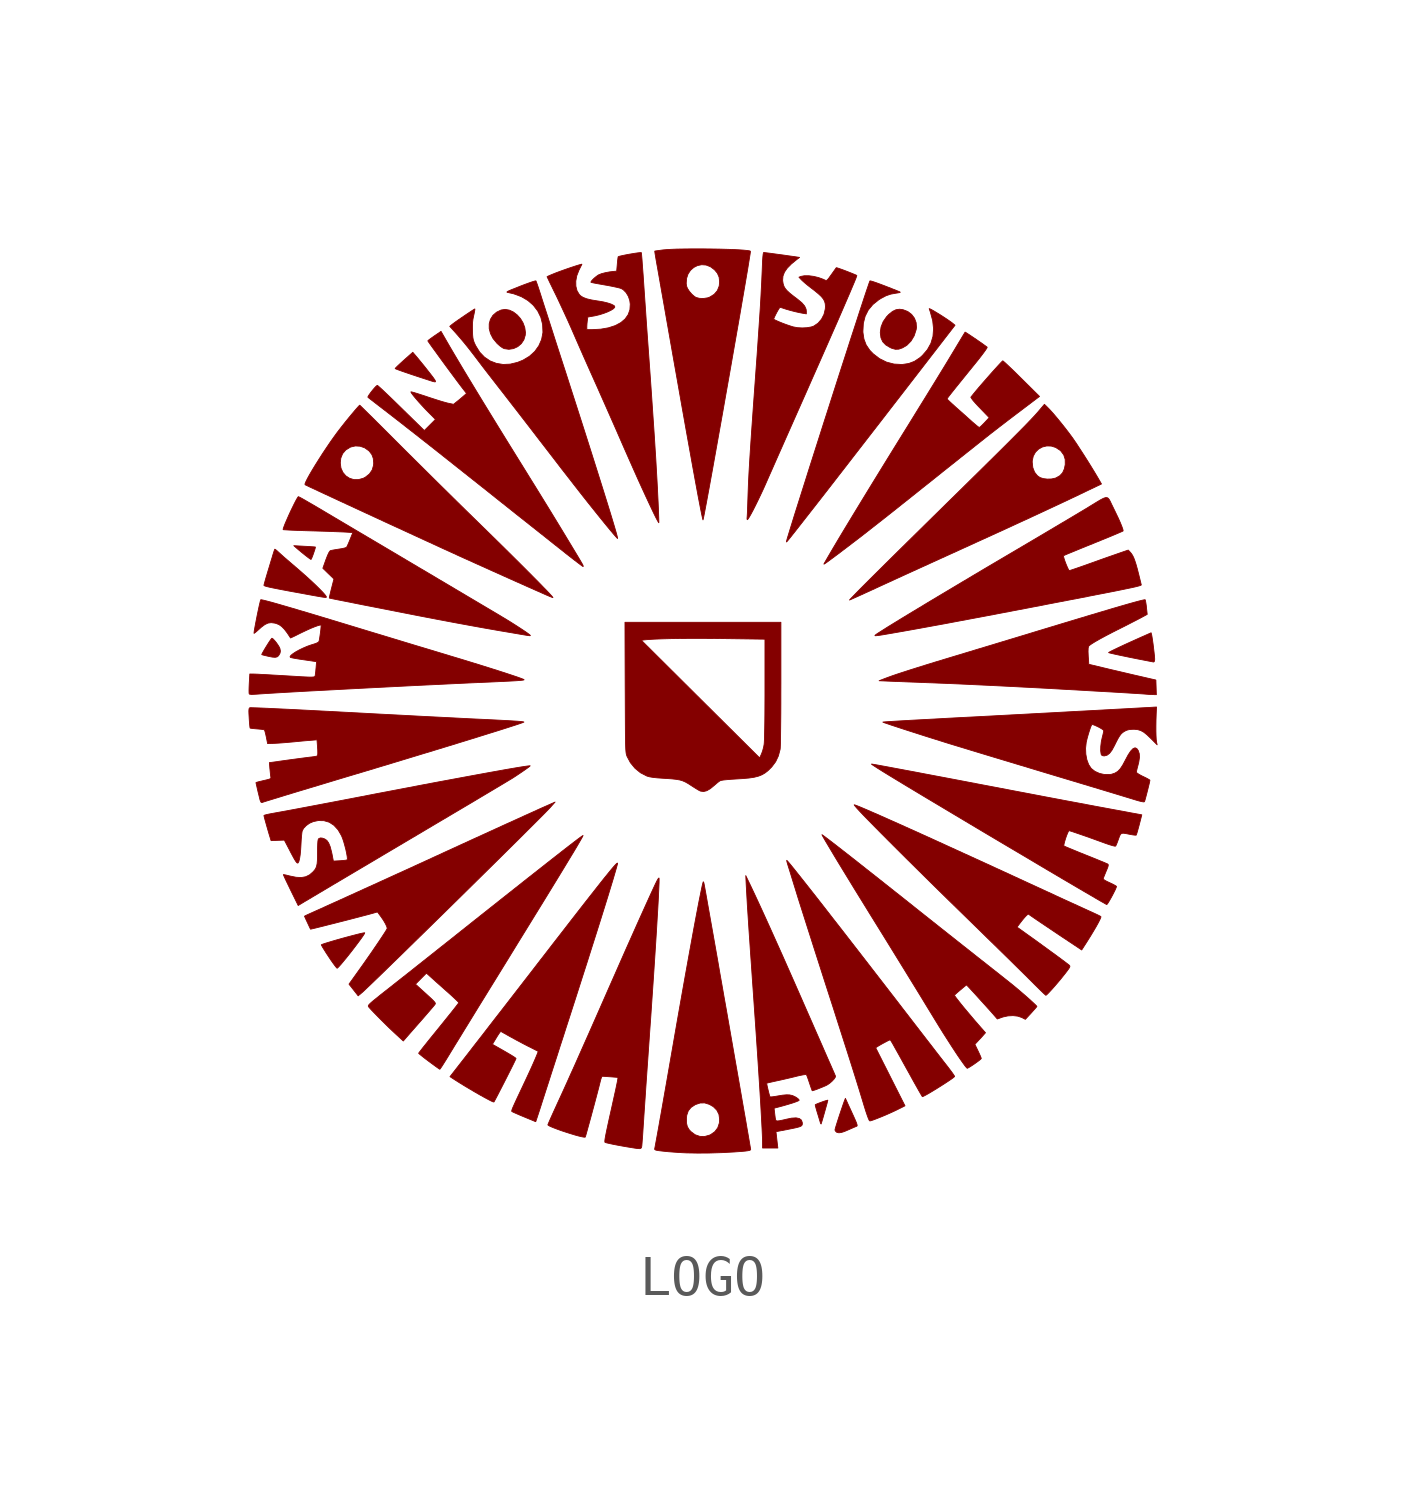
<source format=kicad_sym>
(kicad_symbol_lib
  (version 20210619)
  (generator bitmap2component)
  (symbol "LOGO"
    (pin_names
      (offset 1.016))
    (property "Reference" "#G"
      (at 0 11.374 0)
      (effects (font (size 1.27 1.27)) hide))
    (symbol "LOGO_0_0"
      (polyline (pts (xy 0.408 -11.315) (xy 0.723 -11.305) (xy 1.041 -11.288) (xy 1.074 -11.285) (xy 1.205 -11.276) (xy 1.303 -11.267) (xy 1.37 -11.258) (xy 1.413 -11.249) (xy 1.435 -11.238) (xy 1.441 -11.226) (xy 1.441 -11.222) (xy 1.435 -11.188) (xy 1.423 -11.117) (xy 1.405 -11.012) (xy 1.382 -10.877) (xy 1.353 -10.712) (xy 1.321 -10.522) (xy 1.283 -10.308) (xy 1.242 -10.073) (xy 1.198 -9.819) (xy 1.151 -9.548) (xy 1.101 -9.264) (xy 1.049 -8.969) (xy 0.996 -8.665) (xy 0.942 -8.355) (xy 0.887 -8.041) (xy 0.832 -7.726) (xy 0.776 -7.412) (xy 0.722 -7.102) (xy 0.668 -6.798) (xy 0.617 -6.502) (xy 0.567 -6.218) (xy 0.519 -5.947) (xy 0.474 -5.693) (xy 0.432 -5.457) (xy 0.394 -5.242) (xy 0.36 -5.051) (xy 0.331 -4.886) (xy 0.307 -4.75) (xy 0.288 -4.645) (xy 0.275 -4.573) (xy 0.268 -4.537) (xy 0.258 -4.5) (xy 0.248 -4.489) (xy 0.247 -4.491) (xy 0.237 -4.523) (xy 0.22 -4.593) (xy 0.198 -4.697) (xy 0.17 -4.835) (xy 0.136 -5.004) (xy 0.098 -5.203) (xy 0.055 -5.429) (xy 0.008 -5.68) (xy -0.042 -5.954) (xy -0.096 -6.25) (xy -0.153 -6.566) (xy -0.213 -6.899) (xy -0.275 -7.247) (xy -0.339 -7.609) (xy -0.405 -7.983) (xy -0.472 -8.367) (xy -0.505 -8.558) (xy -0.57 -8.931) (xy -0.631 -9.282) (xy -0.688 -9.608) (xy -0.741 -9.909) (xy -0.789 -10.182) (xy -0.832 -10.426) (xy -0.835 -10.439) (xy -0.176 -10.439) (xy -0.167 -10.363) (xy -0.129 -10.254) (xy -0.06 -10.168) (xy 0.043 -10.1) (xy 0.053 -10.095) (xy 0.171 -10.056) (xy 0.284 -10.054) (xy 0.4 -10.09) (xy 0.501 -10.148) (xy 0.589 -10.236) (xy 0.643 -10.343) (xy 0.66 -10.468) (xy 0.653 -10.56) (xy 0.613 -10.68) (xy 0.54 -10.777) (xy 0.434 -10.852) (xy 0.41 -10.863) (xy 0.285 -10.899) (xy 0.162 -10.896) (xy 0.044 -10.855) (xy -0.062 -10.776) (xy -0.105 -10.73) (xy -0.153 -10.65) (xy -0.175 -10.556) (xy -0.176 -10.439) (xy -0.835 -10.439) (xy -0.87 -10.64) (xy -0.903 -10.822) (xy -0.93 -10.97) (xy -0.951 -11.084) (xy -0.965 -11.161) (xy -0.973 -11.201) (xy -0.975 -11.208) (xy -0.974 -11.225) (xy -0.959 -11.237) (xy -0.924 -11.247) (xy -0.863 -11.257) (xy -0.768 -11.268) (xy -0.742 -11.271) (xy -0.632 -11.282) (xy -0.501 -11.292) (xy -0.363 -11.302) (xy -0.232 -11.309) (xy -0.169 -11.312) (xy 0.107 -11.317) (xy 0.408 -11.315)) (stroke (width 0.01)) (fill (type outline)))
      (polyline (pts (xy -1.321 -11.196) (xy -1.305 -11.173) (xy -1.298 -11.133) (xy -1.293 -11.074) (xy -1.291 -11.048) (xy -1.285 -10.971) (xy -1.277 -10.866) (xy -1.269 -10.74) (xy -1.26 -10.602) (xy -1.25 -10.458) (xy -1.245 -10.372) (xy -1.236 -10.241) (xy -1.225 -10.079) (xy -1.212 -9.889) (xy -1.198 -9.676) (xy -1.182 -9.445) (xy -1.165 -9.201) (xy -1.147 -8.946) (xy -1.129 -8.687) (xy -1.111 -8.427) (xy -1.102 -8.296) (xy -1.071 -7.864) (xy -1.043 -7.45) (xy -1.016 -7.055) (xy -0.991 -6.681) (xy -0.968 -6.329) (xy -0.947 -6.002) (xy -0.928 -5.7) (xy -0.912 -5.425) (xy -0.897 -5.18) (xy -0.885 -4.964) (xy -0.876 -4.781) (xy -0.869 -4.631) (xy -0.864 -4.517) (xy -0.863 -4.439) (xy -0.864 -4.4) (xy -0.868 -4.393) (xy -0.884 -4.407) (xy -0.912 -4.454) (xy -0.953 -4.536) (xy -1.008 -4.654) (xy -1.08 -4.81) (xy -1.185 -5.041) (xy -1.295 -5.285) (xy -1.412 -5.545) (xy -1.537 -5.826) (xy -1.673 -6.13) (xy -1.819 -6.461) (xy -1.978 -6.822) (xy -2.152 -7.216) (xy -2.199 -7.323) (xy -2.362 -7.694) (xy -2.511 -8.032) (xy -2.647 -8.34) (xy -2.772 -8.621) (xy -2.886 -8.878) (xy -2.991 -9.115) (xy -3.09 -9.333) (xy -3.181 -9.537) (xy -3.268 -9.729) (xy -3.352 -9.913) (xy -3.434 -10.09) (xy -3.437 -10.098) (xy -3.497 -10.229) (xy -3.551 -10.348) (xy -3.597 -10.45) (xy -3.632 -10.53) (xy -3.655 -10.584) (xy -3.663 -10.607) (xy -3.648 -10.621) (xy -3.601 -10.646) (xy -3.527 -10.677) (xy -3.434 -10.713) (xy -3.326 -10.752) (xy -3.211 -10.79) (xy -3.095 -10.827) (xy -2.984 -10.861) (xy -2.885 -10.888) (xy -2.804 -10.907) (xy -2.747 -10.917) (xy -2.722 -10.914) (xy -2.721 -10.913) (xy -2.713 -10.888) (xy -2.696 -10.829) (xy -2.672 -10.743) (xy -2.642 -10.634) (xy -2.607 -10.508) (xy -2.569 -10.369) (xy -2.53 -10.224) (xy -2.49 -10.076) (xy -2.452 -9.932) (xy -2.416 -9.796) (xy -2.384 -9.674) (xy -2.358 -9.57) (xy -2.338 -9.491) (xy -2.326 -9.448) (xy -2.309 -9.402) (xy -2.297 -9.384) (xy -2.286 -9.384) (xy -2.242 -9.386) (xy -2.174 -9.391) (xy -2.089 -9.397) (xy -1.897 -9.412) (xy -1.909 -9.495) (xy -1.917 -9.533) (xy -1.932 -9.605) (xy -1.953 -9.707) (xy -1.981 -9.832) (xy -2.013 -9.977) (xy -2.048 -10.136) (xy -2.086 -10.305) (xy -2.121 -10.461) (xy -2.158 -10.631) (xy -2.187 -10.767) (xy -2.208 -10.872) (xy -2.222 -10.95) (xy -2.229 -11.003) (xy -2.229 -11.034) (xy -2.224 -11.047) (xy -2.221 -11.049) (xy -2.182 -11.06) (xy -2.113 -11.076) (xy -2.021 -11.096) (xy -1.912 -11.117) (xy -1.793 -11.139) (xy -1.673 -11.16) (xy -1.557 -11.179) (xy -1.489 -11.19) (xy -1.407 -11.202) (xy -1.353 -11.205) (xy -1.321 -11.196)) (stroke (width 0.01)) (fill (type outline)))
      (polyline (pts (xy 2.114 -11.094) (xy 2.11 -11.061) (xy 2.1 -10.973) (xy 2.091 -10.889) (xy 2.078 -10.778) (xy 2.355 -10.725) (xy 2.384 -10.719) (xy 2.51 -10.694) (xy 2.602 -10.674) (xy 2.666 -10.656) (xy 2.707 -10.639) (xy 2.73 -10.62) (xy 2.74 -10.597) (xy 2.742 -10.569) (xy 2.741 -10.552) (xy 2.72 -10.488) (xy 2.667 -10.447) (xy 2.584 -10.43) (xy 2.469 -10.437) (xy 2.322 -10.468) (xy 2.313 -10.471) (xy 2.233 -10.489) (xy 2.164 -10.503) (xy 2.119 -10.508) (xy 2.099 -10.507) (xy 2.08 -10.499) (xy 2.068 -10.475) (xy 2.059 -10.427) (xy 2.049 -10.348) (xy 2.03 -10.187) (xy 2.111 -10.166) (xy 2.134 -10.16) (xy 2.275 -10.122) (xy 2.402 -10.085) (xy 2.509 -10.052) (xy 2.591 -10.023) (xy 2.643 -10.001) (xy 2.662 -9.987) (xy 2.659 -9.977) (xy 2.631 -9.946) (xy 2.58 -9.91) (xy 2.517 -9.879) (xy 2.483 -9.866) (xy 2.418 -9.852) (xy 2.341 -9.85) (xy 2.243 -9.859) (xy 2.116 -9.88) (xy 2.078 -9.887) (xy 2.005 -9.898) (xy 1.952 -9.903) (xy 1.928 -9.901) (xy 1.928 -9.901) (xy 1.919 -9.878) (xy 1.905 -9.828) (xy 1.888 -9.762) (xy 1.871 -9.691) (xy 1.856 -9.626) (xy 1.847 -9.578) (xy 1.846 -9.557) (xy 1.847 -9.557) (xy 1.872 -9.55) (xy 1.928 -9.537) (xy 2.007 -9.519) (xy 2.102 -9.498) (xy 2.186 -9.48) (xy 2.326 -9.448) (xy 2.467 -9.415) (xy 2.59 -9.385) (xy 2.595 -9.383) (xy 2.687 -9.362) (xy 2.764 -9.347) (xy 2.819 -9.34) (xy 2.843 -9.341) (xy 2.85 -9.355) (xy 2.868 -9.4) (xy 2.893 -9.469) (xy 2.921 -9.553) (xy 2.941 -9.612) (xy 2.965 -9.682) (xy 2.983 -9.73) (xy 2.99 -9.748) (xy 3.001 -9.746) (xy 3.045 -9.733) (xy 3.111 -9.71) (xy 3.187 -9.68) (xy 3.263 -9.649) (xy 3.329 -9.621) (xy 3.373 -9.598) (xy 3.429 -9.56) (xy 3.488 -9.509) (xy 3.538 -9.456) (xy 3.569 -9.411) (xy 3.576 -9.38) (xy 3.567 -9.359) (xy 3.544 -9.305) (xy 3.508 -9.223) (xy 3.462 -9.117) (xy 3.406 -8.991) (xy 3.344 -8.85) (xy 3.277 -8.697) (xy 3.247 -8.627) (xy 3.169 -8.45) (xy 3.08 -8.248) (xy 2.984 -8.028) (xy 2.883 -7.799) (xy 2.782 -7.569) (xy 2.684 -7.345) (xy 2.592 -7.136) (xy 2.502 -6.932) (xy 2.367 -6.627) (xy 2.233 -6.324) (xy 2.1 -6.028) (xy 1.972 -5.743) (xy 1.85 -5.473) (xy 1.736 -5.223) (xy 1.632 -4.997) (xy 1.54 -4.799) (xy 1.462 -4.634) (xy 1.318 -4.333) (xy 1.33 -4.584) (xy 1.335 -4.673) (xy 1.342 -4.797) (xy 1.35 -4.938) (xy 1.359 -5.097) (xy 1.371 -5.277) (xy 1.384 -5.48) (xy 1.399 -5.71) (xy 1.417 -5.967) (xy 1.436 -6.255) (xy 1.459 -6.576) (xy 1.483 -6.932) (xy 1.511 -7.326) (xy 1.534 -7.662) (xy 1.566 -8.119) (xy 1.595 -8.549) (xy 1.622 -8.95) (xy 1.646 -9.322) (xy 1.668 -9.663) (xy 1.687 -9.972) (xy 1.703 -10.248) (xy 1.716 -10.49) (xy 1.727 -10.697) (xy 1.735 -10.867) (xy 1.74 -11) (xy 1.741 -11.094) (xy 1.741 -11.189) (xy 2.125 -11.189) (xy 2.114 -11.094)) (stroke (width 0.01)) (fill (type outline)))
      (polyline (pts (xy 3.72 -10.799) (xy 3.797 -10.775) (xy 3.901 -10.731) (xy 3.941 -10.713) (xy 4.016 -10.68) (xy 4.075 -10.655) (xy 4.107 -10.642) (xy 4.116 -10.637) (xy 4.122 -10.621) (xy 4.116 -10.592) (xy 4.099 -10.543) (xy 4.067 -10.469) (xy 4.02 -10.364) (xy 4.006 -10.334) (xy 3.96 -10.233) (xy 3.917 -10.14) (xy 3.883 -10.066) (xy 3.862 -10.018) (xy 3.825 -9.939) (xy 3.802 -9.998) (xy 3.8 -10.003) (xy 3.776 -10.069) (xy 3.746 -10.156) (xy 3.712 -10.256) (xy 3.676 -10.363) (xy 3.642 -10.468) (xy 3.611 -10.565) (xy 3.586 -10.646) (xy 3.569 -10.705) (xy 3.563 -10.732) (xy 3.569 -10.755) (xy 3.598 -10.787) (xy 3.615 -10.796) (xy 3.661 -10.806) (xy 3.72 -10.799)) (stroke (width 0.01)) (fill (type outline)))
      (polyline (pts (xy 3.215 -10.582) (xy 3.225 -10.55) (xy 3.243 -10.491) (xy 3.266 -10.413) (xy 3.292 -10.322) (xy 3.318 -10.229) (xy 3.343 -10.14) (xy 3.364 -10.065) (xy 3.377 -10.011) (xy 3.383 -9.986) (xy 3.373 -9.986) (xy 3.334 -9.997) (xy 3.277 -10.015) (xy 3.211 -10.039) (xy 3.147 -10.063) (xy 3.095 -10.085) (xy 3.066 -10.1) (xy 3.067 -10.113) (xy 3.078 -10.158) (xy 3.097 -10.227) (xy 3.122 -10.311) (xy 3.143 -10.378) (xy 3.167 -10.459) (xy 3.186 -10.521) (xy 3.196 -10.555) (xy 3.203 -10.574) (xy 3.213 -10.584) (xy 3.215 -10.582)) (stroke (width 0.01)) (fill (type outline)))
      (polyline (pts (xy -3.967 -10.524) (xy -3.956 -10.491) (xy -3.935 -10.429) (xy -3.906 -10.341) (xy -3.871 -10.234) (xy -3.832 -10.113) (xy -3.827 -10.096) (xy -3.797 -10.002) (xy -3.756 -9.875) (xy -3.706 -9.719) (xy -3.647 -9.537) (xy -3.582 -9.333) (xy -3.51 -9.111) (xy -3.434 -8.876) (xy -3.356 -8.631) (xy -3.274 -8.38) (xy -3.193 -8.126) (xy -3.127 -7.923) (xy -2.968 -7.43) (xy -2.82 -6.967) (xy -2.681 -6.534) (xy -2.554 -6.133) (xy -2.436 -5.763) (xy -2.33 -5.426) (xy -2.235 -5.122) (xy -2.151 -4.852) (xy -2.079 -4.616) (xy -2.018 -4.416) (xy -1.97 -4.251) (xy -1.933 -4.124) (xy -1.909 -4.033) (xy -1.908 -4.022) (xy -1.913 -4.018) (xy -1.925 -4.024) (xy -1.947 -4.044) (xy -1.98 -4.078) (xy -2.023 -4.127) (xy -2.079 -4.193) (xy -2.147 -4.277) (xy -2.231 -4.38) (xy -2.329 -4.503) (xy -2.443 -4.648) (xy -2.575 -4.816) (xy -2.726 -5.008) (xy -2.895 -5.225) (xy -3.085 -5.469) (xy -3.296 -5.742) (xy -3.53 -6.043) (xy -3.786 -6.375) (xy -3.848 -6.454) (xy -4.045 -6.71) (xy -4.242 -6.964) (xy -4.436 -7.215) (xy -4.625 -7.459) (xy -4.806 -7.693) (xy -4.979 -7.915) (xy -5.139 -8.122) (xy -5.285 -8.312) (xy -5.416 -8.48) (xy -5.529 -8.625) (xy -5.621 -8.745) (xy -5.691 -8.835) (xy -6.126 -9.393) (xy -6.06 -9.437) (xy -5.978 -9.49) (xy -5.866 -9.561) (xy -5.745 -9.635) (xy -5.619 -9.71) (xy -5.494 -9.784) (xy -5.374 -9.853) (xy -5.264 -9.914) (xy -5.169 -9.965) (xy -5.094 -10.004) (xy -5.043 -10.027) (xy -5.021 -10.031) (xy -5.019 -10.029) (xy -5.003 -10.001) (xy -4.972 -9.943) (xy -4.929 -9.862) (xy -4.878 -9.762) (xy -4.82 -9.65) (xy -4.759 -9.531) (xy -4.697 -9.409) (xy -4.637 -9.29) (xy -4.582 -9.181) (xy -4.534 -9.085) (xy -4.497 -9.008) (xy -4.472 -8.957) (xy -4.464 -8.935) (xy -4.474 -8.925) (xy -4.514 -8.896) (xy -4.579 -8.855) (xy -4.663 -8.805) (xy -4.761 -8.748) (xy -5.058 -8.579) (xy -4.958 -8.413) (xy -4.931 -8.369) (xy -4.891 -8.308) (xy -4.861 -8.267) (xy -4.846 -8.254) (xy -4.788 -8.288) (xy -4.617 -8.384) (xy -4.444 -8.479) (xy -4.282 -8.565) (xy -4.143 -8.637) (xy -4.129 -8.643) (xy -4.044 -8.686) (xy -3.974 -8.722) (xy -3.926 -8.746) (xy -3.908 -8.756) (xy -3.908 -8.762) (xy -3.92 -8.797) (xy -3.946 -8.862) (xy -3.984 -8.952) (xy -4.032 -9.062) (xy -4.088 -9.187) (xy -4.15 -9.322) (xy -4.216 -9.464) (xy -4.284 -9.608) (xy -4.284 -9.609) (xy -4.365 -9.78) (xy -4.43 -9.918) (xy -4.481 -10.028) (xy -4.519 -10.112) (xy -4.546 -10.173) (xy -4.563 -10.217) (xy -4.571 -10.245) (xy -4.573 -10.261) (xy -4.569 -10.27) (xy -4.56 -10.275) (xy -4.519 -10.295) (xy -4.451 -10.325) (xy -4.364 -10.363) (xy -4.263 -10.405) (xy -4.203 -10.43) (xy -4.111 -10.468) (xy -4.037 -10.498) (xy -3.988 -10.519) (xy -3.969 -10.527) (xy -3.967 -10.524)) (stroke (width 0.01)) (fill (type outline)))
      (polyline (pts (xy 4.472 -10.501) (xy 4.535 -10.48) (xy 4.619 -10.448) (xy 4.719 -10.408) (xy 4.828 -10.363) (xy 4.937 -10.315) (xy 5.04 -10.268) (xy 5.13 -10.225) (xy 5.325 -10.127) (xy 4.959 -9.402) (xy 4.928 -9.34) (xy 4.851 -9.187) (xy 4.779 -9.046) (xy 4.717 -8.922) (xy 4.664 -8.818) (xy 4.624 -8.738) (xy 4.598 -8.687) (xy 4.588 -8.667) (xy 4.595 -8.661) (xy 4.628 -8.639) (xy 4.681 -8.607) (xy 4.747 -8.569) (xy 4.816 -8.532) (xy 4.878 -8.499) (xy 4.926 -8.476) (xy 4.95 -8.467) (xy 4.952 -8.467) (xy 4.957 -8.472) (xy 4.966 -8.483) (xy 4.979 -8.505) (xy 5 -8.539) (xy 5.029 -8.589) (xy 5.067 -8.658) (xy 5.117 -8.747) (xy 5.181 -8.861) (xy 5.258 -9.001) (xy 5.352 -9.171) (xy 5.464 -9.372) (xy 5.485 -9.411) (xy 5.556 -9.539) (xy 5.621 -9.654) (xy 5.676 -9.752) (xy 5.72 -9.828) (xy 5.749 -9.877) (xy 5.762 -9.896) (xy 5.768 -9.896) (xy 5.804 -9.88) (xy 5.865 -9.848) (xy 5.944 -9.803) (xy 6.037 -9.747) (xy 6.138 -9.685) (xy 6.24 -9.621) (xy 6.338 -9.558) (xy 6.426 -9.5) (xy 6.499 -9.45) (xy 6.55 -9.412) (xy 6.574 -9.389) (xy 6.57 -9.378) (xy 6.546 -9.34) (xy 6.504 -9.28) (xy 6.447 -9.204) (xy 6.38 -9.116) (xy 6.346 -9.073) (xy 6.282 -8.991) (xy 6.199 -8.884) (xy 6.098 -8.754) (xy 5.983 -8.604) (xy 5.854 -8.438) (xy 5.716 -8.259) (xy 5.57 -8.07) (xy 5.42 -7.875) (xy 5.266 -7.676) (xy 5.125 -7.492) (xy 4.812 -7.087) (xy 4.515 -6.703) (xy 4.235 -6.341) (xy 3.972 -6.002) (xy 3.727 -5.686) (xy 3.499 -5.394) (xy 3.291 -5.126) (xy 3.102 -4.884) (xy 2.932 -4.668) (xy 2.783 -4.479) (xy 2.655 -4.318) (xy 2.549 -4.185) (xy 2.465 -4.081) (xy 2.403 -4.006) (xy 2.364 -3.962) (xy 2.349 -3.949) (xy 2.348 -3.956) (xy 2.355 -3.991) (xy 2.371 -4.045) (xy 2.372 -4.05) (xy 2.387 -4.098) (xy 2.412 -4.177) (xy 2.445 -4.282) (xy 2.483 -4.407) (xy 2.526 -4.546) (xy 2.572 -4.694) (xy 2.586 -4.739) (xy 2.624 -4.863) (xy 2.673 -5.018) (xy 2.731 -5.201) (xy 2.797 -5.408) (xy 2.869 -5.635) (xy 2.947 -5.878) (xy 3.028 -6.133) (xy 3.112 -6.395) (xy 3.197 -6.66) (xy 3.282 -6.926) (xy 3.402 -7.298) (xy 3.513 -7.641) (xy 3.612 -7.952) (xy 3.702 -8.233) (xy 3.783 -8.486) (xy 3.856 -8.713) (xy 3.921 -8.918) (xy 3.98 -9.104) (xy 4.033 -9.272) (xy 4.081 -9.425) (xy 4.125 -9.566) (xy 4.166 -9.698) (xy 4.204 -9.823) (xy 4.241 -9.944) (xy 4.277 -10.063) (xy 4.295 -10.123) (xy 4.34 -10.267) (xy 4.377 -10.376) (xy 4.405 -10.451) (xy 4.426 -10.494) (xy 4.441 -10.508) (xy 4.472 -10.501)) (stroke (width 0.01)) (fill (type outline)))
      (polyline (pts (xy -6.38 -9.206) (xy -6.361 -9.181) (xy -6.325 -9.128) (xy -6.277 -9.052) (xy -6.218 -8.958) (xy -6.153 -8.852) (xy -6.148 -8.844) (xy -6.117 -8.792) (xy -6.085 -8.74) (xy -6.051 -8.685) (xy -6.015 -8.625) (xy -5.975 -8.56) (xy -5.929 -8.486) (xy -5.878 -8.403) (xy -5.82 -8.308) (xy -5.754 -8.2) (xy -5.678 -8.077) (xy -5.592 -7.937) (xy -5.495 -7.779) (xy -5.386 -7.601) (xy -5.262 -7.401) (xy -5.125 -7.178) (xy -4.971 -6.929) (xy -4.801 -6.653) (xy -4.613 -6.348) (xy -4.407 -6.012) (xy -4.18 -5.644) (xy -3.982 -5.322) (xy -3.767 -4.973) (xy -3.574 -4.658) (xy -3.402 -4.377) (xy -3.251 -4.129) (xy -3.121 -3.914) (xy -3.011 -3.733) (xy -2.923 -3.585) (xy -2.856 -3.47) (xy -2.809 -3.388) (xy -2.783 -3.339) (xy -2.777 -3.323) (xy -2.778 -3.323) (xy -2.799 -3.336) (xy -2.845 -3.368) (xy -2.918 -3.422) (xy -3.016 -3.497) (xy -3.142 -3.594) (xy -3.294 -3.712) (xy -3.474 -3.853) (xy -3.682 -4.016) (xy -3.918 -4.202) (xy -4.184 -4.411) (xy -4.478 -4.644) (xy -4.802 -4.9) (xy -5.155 -5.18) (xy -5.54 -5.485) (xy -5.955 -5.815) (xy -6.157 -5.976) (xy -6.371 -6.145) (xy -6.582 -6.313) (xy -6.789 -6.477) (xy -6.986 -6.633) (xy -7.171 -6.78) (xy -7.34 -6.913) (xy -7.488 -7.03) (xy -7.613 -7.129) (xy -7.709 -7.205) (xy -7.744 -7.232) (xy -7.875 -7.335) (xy -7.977 -7.418) (xy -8.056 -7.481) (xy -8.112 -7.529) (xy -8.15 -7.565) (xy -8.172 -7.59) (xy -8.181 -7.609) (xy -8.181 -7.622) (xy -8.175 -7.635) (xy -8.153 -7.661) (xy -8.105 -7.714) (xy -8.037 -7.785) (xy -7.954 -7.87) (xy -7.862 -7.963) (xy -7.764 -8.06) (xy -7.668 -8.155) (xy -7.576 -8.242) (xy -7.495 -8.318) (xy -7.301 -8.496) (xy -7.238 -8.423) (xy -7.223 -8.405) (xy -7.179 -8.355) (xy -7.115 -8.282) (xy -7.037 -8.193) (xy -6.949 -8.093) (xy -6.856 -7.987) (xy -6.796 -7.919) (xy -6.71 -7.819) (xy -6.634 -7.731) (xy -6.572 -7.659) (xy -6.529 -7.608) (xy -6.508 -7.581) (xy -6.502 -7.573) (xy -6.495 -7.559) (xy -6.496 -7.543) (xy -6.507 -7.522) (xy -6.533 -7.492) (xy -6.575 -7.449) (xy -6.637 -7.391) (xy -6.723 -7.312) (xy -6.835 -7.211) (xy -6.995 -7.066) (xy -6.719 -6.788) (xy -6.607 -6.889) (xy -6.56 -6.931) (xy -6.487 -6.997) (xy -6.398 -7.076) (xy -6.3 -7.163) (xy -6.2 -7.252) (xy -6.186 -7.264) (xy -6.097 -7.344) (xy -6.02 -7.415) (xy -5.959 -7.473) (xy -5.919 -7.513) (xy -5.905 -7.531) (xy -5.906 -7.534) (xy -5.926 -7.562) (xy -5.968 -7.617) (xy -6.029 -7.695) (xy -6.106 -7.792) (xy -6.198 -7.906) (xy -6.3 -8.033) (xy -6.41 -8.169) (xy -6.448 -8.216) (xy -6.556 -8.349) (xy -6.655 -8.471) (xy -6.741 -8.579) (xy -6.814 -8.67) (xy -6.868 -8.74) (xy -6.903 -8.786) (xy -6.915 -8.803) (xy -6.909 -8.812) (xy -6.875 -8.841) (xy -6.818 -8.887) (xy -6.743 -8.946) (xy -6.655 -9.012) (xy -6.596 -9.056) (xy -6.514 -9.116) (xy -6.447 -9.164) (xy -6.402 -9.196) (xy -6.382 -9.207) (xy -6.38 -9.206)) (stroke (width 0.01)) (fill (type outline)))
      (polyline (pts (xy 6.901 -9.18) (xy 6.941 -9.158) (xy 6.999 -9.122) (xy 7.065 -9.078) (xy 7.131 -9.031) (xy 7.189 -8.988) (xy 7.23 -8.954) (xy 7.245 -8.936) (xy 7.243 -8.927) (xy 7.228 -8.886) (xy 7.2 -8.823) (xy 7.165 -8.748) (xy 7.084 -8.58) (xy 7.16 -8.499) (xy 7.191 -8.465) (xy 7.228 -8.427) (xy 7.246 -8.407) (xy 7.247 -8.405) (xy 7.269 -8.381) (xy 7.303 -8.342) (xy 7.351 -8.288) (xy 7.173 -8.085) (xy 7.083 -7.981) (xy 6.991 -7.872) (xy 6.899 -7.763) (xy 6.811 -7.658) (xy 6.732 -7.561) (xy 6.665 -7.476) (xy 6.613 -7.409) (xy 6.58 -7.364) (xy 6.57 -7.344) (xy 6.574 -7.339) (xy 6.601 -7.313) (xy 6.647 -7.272) (xy 6.704 -7.224) (xy 6.763 -7.174) (xy 6.817 -7.129) (xy 6.856 -7.098) (xy 6.874 -7.086) (xy 6.878 -7.088) (xy 6.902 -7.114) (xy 6.948 -7.162) (xy 7.009 -7.229) (xy 7.083 -7.309) (xy 7.164 -7.399) (xy 7.248 -7.492) (xy 7.332 -7.584) (xy 7.41 -7.671) (xy 7.479 -7.747) (xy 7.533 -7.809) (xy 7.649 -7.942) (xy 7.763 -7.901) (xy 7.788 -7.892) (xy 7.915 -7.864) (xy 8.045 -7.857) (xy 8.166 -7.871) (xy 8.265 -7.905) (xy 8.354 -7.951) (xy 8.5 -7.794) (xy 8.547 -7.741) (xy 8.598 -7.684) (xy 8.632 -7.644) (xy 8.644 -7.626) (xy 8.643 -7.622) (xy 8.618 -7.595) (xy 8.569 -7.548) (xy 8.501 -7.485) (xy 8.418 -7.41) (xy 8.324 -7.328) (xy 8.225 -7.243) (xy 8.126 -7.159) (xy 8.03 -7.08) (xy 7.944 -7.011) (xy 7.882 -6.962) (xy 7.78 -6.881) (xy 7.658 -6.784) (xy 7.52 -6.676) (xy 7.373 -6.559) (xy 7.222 -6.441) (xy 7.074 -6.324) (xy 7.069 -6.32) (xy 6.944 -6.221) (xy 6.792 -6.101) (xy 6.619 -5.964) (xy 6.429 -5.814) (xy 6.227 -5.654) (xy 6.018 -5.488) (xy 5.806 -5.32) (xy 5.596 -5.153) (xy 5.394 -4.992) (xy 5.311 -4.926) (xy 5.048 -4.718) (xy 4.797 -4.519) (xy 4.558 -4.33) (xy 4.333 -4.153) (xy 4.125 -3.988) (xy 3.934 -3.838) (xy 3.762 -3.704) (xy 3.612 -3.587) (xy 3.484 -3.488) (xy 3.381 -3.409) (xy 3.304 -3.351) (xy 3.255 -3.315) (xy 3.235 -3.303) (xy 3.235 -3.303) (xy 3.245 -3.326) (xy 3.275 -3.38) (xy 3.323 -3.463) (xy 3.388 -3.572) (xy 3.468 -3.706) (xy 3.561 -3.862) (xy 3.667 -4.037) (xy 3.784 -4.229) (xy 3.911 -4.436) (xy 4.045 -4.656) (xy 4.187 -4.886) (xy 4.334 -5.124) (xy 4.423 -5.269) (xy 4.65 -5.635) (xy 4.866 -5.984) (xy 5.07 -6.315) (xy 5.261 -6.625) (xy 5.438 -6.913) (xy 5.6 -7.176) (xy 5.745 -7.413) (xy 5.872 -7.622) (xy 5.981 -7.8) (xy 6.07 -7.946) (xy 6.084 -7.969) (xy 6.179 -8.124) (xy 6.286 -8.296) (xy 6.398 -8.471) (xy 6.505 -8.638) (xy 6.6 -8.783) (xy 6.655 -8.866) (xy 6.726 -8.969) (xy 6.789 -9.058) (xy 6.839 -9.126) (xy 6.875 -9.169) (xy 6.892 -9.183) (xy 6.901 -9.18)) (stroke (width 0.01)) (fill (type outline)))
      (polyline (pts (xy -8.347 -7.284) (xy -8.338 -7.277) (xy -8.293 -7.236) (xy -8.223 -7.169) (xy -8.128 -7.079) (xy -8.012 -6.967) (xy -7.875 -6.835) (xy -7.721 -6.685) (xy -7.55 -6.518) (xy -7.364 -6.338) (xy -7.167 -6.145) (xy -6.959 -5.941) (xy -6.743 -5.73) (xy -6.52 -5.511) (xy -6.292 -5.288) (xy -6.062 -5.062) (xy -5.831 -4.835) (xy -5.602 -4.609) (xy -5.375 -4.385) (xy -5.154 -4.167) (xy -4.939 -3.955) (xy -4.734 -3.752) (xy -4.539 -3.559) (xy -4.357 -3.379) (xy -4.191 -3.213) (xy -4.04 -3.063) (xy -3.909 -2.932) (xy -3.797 -2.82) (xy -3.709 -2.73) (xy -3.645 -2.664) (xy -3.607 -2.624) (xy -3.481 -2.482) (xy -3.567 -2.52) (xy -3.609 -2.539) (xy -3.716 -2.586) (xy -3.856 -2.648) (xy -4.025 -2.725) (xy -4.223 -2.814) (xy -4.446 -2.916) (xy -4.692 -3.027) (xy -4.959 -3.149) (xy -5.243 -3.279) (xy -5.544 -3.416) (xy -5.858 -3.56) (xy -6.183 -3.709) (xy -6.516 -3.862) (xy -6.855 -4.018) (xy -6.875 -4.027) (xy -6.98 -4.075) (xy -7.112 -4.136) (xy -7.268 -4.207) (xy -7.443 -4.286) (xy -7.633 -4.373) (xy -7.835 -4.465) (xy -8.043 -4.56) (xy -8.256 -4.656) (xy -8.468 -4.753) (xy -8.675 -4.847) (xy -8.873 -4.937) (xy -9.059 -5.021) (xy -9.229 -5.098) (xy -9.378 -5.166) (xy -9.503 -5.222) (xy -9.599 -5.265) (xy -9.663 -5.294) (xy -9.665 -5.295) (xy -9.727 -5.323) (xy -9.771 -5.345) (xy -9.788 -5.355) (xy -9.788 -5.355) (xy -9.778 -5.378) (xy -9.757 -5.425) (xy -9.728 -5.487) (xy -9.697 -5.553) (xy -9.668 -5.615) (xy -9.646 -5.661) (xy -9.636 -5.681) (xy -9.63 -5.681) (xy -9.592 -5.672) (xy -9.523 -5.656) (xy -9.427 -5.632) (xy -9.31 -5.603) (xy -9.177 -5.569) (xy -9.032 -5.533) (xy -8.88 -5.494) (xy -8.726 -5.455) (xy -8.576 -5.416) (xy -8.434 -5.379) (xy -8.305 -5.345) (xy -8.193 -5.316) (xy -8.105 -5.292) (xy -8.044 -5.275) (xy -7.951 -5.248) (xy -7.858 -5.374) (xy -7.799 -5.461) (xy -7.751 -5.544) (xy -7.718 -5.614) (xy -7.706 -5.661) (xy -7.713 -5.677) (xy -7.74 -5.724) (xy -7.786 -5.796) (xy -7.847 -5.889) (xy -7.921 -6) (xy -8.006 -6.125) (xy -8.098 -6.26) (xy -8.195 -6.399) (xy -8.294 -6.541) (xy -8.393 -6.68) (xy -8.668 -7.065) (xy -8.552 -7.212) (xy -8.437 -7.359) (xy -8.347 -7.284)) (stroke (width 0.01)) (fill (type outline)))
      (polyline (pts (xy 8.878 -7.342) (xy 8.911 -7.314) (xy 8.961 -7.262) (xy 9.026 -7.192) (xy 9.099 -7.109) (xy 9.176 -7.019) (xy 9.253 -6.927) (xy 9.325 -6.837) (xy 9.345 -6.812) (xy 9.406 -6.733) (xy 9.446 -6.678) (xy 9.468 -6.642) (xy 9.475 -6.618) (xy 9.47 -6.601) (xy 9.455 -6.585) (xy 9.448 -6.579) (xy 9.409 -6.549) (xy 9.345 -6.5) (xy 9.259 -6.436) (xy 9.155 -6.359) (xy 9.037 -6.273) (xy 8.911 -6.181) (xy 8.779 -6.085) (xy 8.647 -5.989) (xy 8.518 -5.896) (xy 8.397 -5.81) (xy 8.289 -5.732) (xy 8.145 -5.63) (xy 8.234 -5.512) (xy 8.285 -5.447) (xy 8.336 -5.387) (xy 8.374 -5.346) (xy 8.425 -5.299) (xy 8.591 -5.414) (xy 8.599 -5.419) (xy 8.664 -5.464) (xy 8.756 -5.526) (xy 8.868 -5.601) (xy 8.994 -5.686) (xy 9.128 -5.776) (xy 9.264 -5.867) (xy 9.772 -6.205) (xy 9.891 -6.02) (xy 9.91 -5.99) (xy 9.994 -5.856) (xy 10.07 -5.73) (xy 10.137 -5.616) (xy 10.191 -5.518) (xy 10.23 -5.441) (xy 10.253 -5.388) (xy 10.256 -5.365) (xy 10.236 -5.353) (xy 10.186 -5.327) (xy 10.114 -5.293) (xy 10.03 -5.254) (xy 9.987 -5.235) (xy 9.908 -5.199) (xy 9.799 -5.149) (xy 9.661 -5.086) (xy 9.499 -5.012) (xy 9.315 -4.928) (xy 9.113 -4.835) (xy 8.895 -4.734) (xy 8.665 -4.628) (xy 8.425 -4.518) (xy 8.178 -4.404) (xy 8.057 -4.348) (xy 7.613 -4.144) (xy 7.19 -3.95) (xy 6.789 -3.767) (xy 6.412 -3.595) (xy 6.058 -3.433) (xy 5.729 -3.284) (xy 5.427 -3.148) (xy 5.152 -3.024) (xy 4.904 -2.914) (xy 4.686 -2.817) (xy 4.498 -2.735) (xy 4.342 -2.667) (xy 4.217 -2.614) (xy 4.126 -2.577) (xy 4.069 -2.556) (xy 4.047 -2.551) (xy 4.047 -2.555) (xy 4.068 -2.584) (xy 4.115 -2.639) (xy 4.189 -2.719) (xy 4.288 -2.824) (xy 4.412 -2.951) (xy 4.559 -3.101) (xy 4.728 -3.272) (xy 4.918 -3.463) (xy 5.128 -3.673) (xy 5.357 -3.901) (xy 5.605 -4.146) (xy 5.869 -4.407) (xy 6.149 -4.683) (xy 6.445 -4.973) (xy 6.754 -5.275) (xy 7.076 -5.589) (xy 7.228 -5.737) (xy 7.413 -5.919) (xy 7.596 -6.097) (xy 7.772 -6.27) (xy 7.939 -6.433) (xy 8.092 -6.584) (xy 8.23 -6.72) (xy 8.349 -6.837) (xy 8.445 -6.933) (xy 8.517 -7.004) (xy 8.583 -7.071) (xy 8.673 -7.159) (xy 8.75 -7.235) (xy 8.811 -7.294) (xy 8.853 -7.332) (xy 8.87 -7.346) (xy 8.878 -7.342)) (stroke (width 0.01)) (fill (type outline)))
      (polyline (pts (xy -8.952 -6.655) (xy -8.915 -6.617) (xy -8.861 -6.557) (xy -8.796 -6.478) (xy -8.721 -6.387) (xy -8.642 -6.288) (xy -8.562 -6.185) (xy -8.485 -6.084) (xy -8.414 -5.989) (xy -8.353 -5.906) (xy -8.307 -5.839) (xy -8.278 -5.793) (xy -8.272 -5.773) (xy -8.282 -5.772) (xy -8.327 -5.78) (xy -8.399 -5.796) (xy -8.494 -5.82) (xy -8.606 -5.849) (xy -8.727 -5.881) (xy -8.854 -5.916) (xy -8.978 -5.951) (xy -9.095 -5.985) (xy -9.197 -6.016) (xy -9.281 -6.042) (xy -9.338 -6.062) (xy -9.364 -6.074) (xy -9.359 -6.088) (xy -9.335 -6.131) (xy -9.295 -6.197) (xy -9.243 -6.28) (xy -9.18 -6.375) (xy -9.127 -6.455) (xy -9.068 -6.539) (xy -9.019 -6.605) (xy -8.984 -6.649) (xy -8.967 -6.665) (xy -8.952 -6.655)) (stroke (width 0.01)) (fill (type outline)))
      (polyline (pts (xy -9.882 -5.047) (xy -9.853 -5.03) (xy -9.791 -4.992) (xy -9.697 -4.937) (xy -9.575 -4.864) (xy -9.425 -4.775) (xy -9.25 -4.671) (xy -9.052 -4.553) (xy -8.832 -4.423) (xy -8.591 -4.28) (xy -8.333 -4.127) (xy -8.059 -3.965) (xy -7.77 -3.793) (xy -7.469 -3.615) (xy -7.157 -3.43) (xy -6.836 -3.24) (xy -6.508 -3.045) (xy -6.175 -2.848) (xy -5.986 -2.736) (xy -5.763 -2.604) (xy -5.55 -2.478) (xy -5.35 -2.358) (xy -5.165 -2.248) (xy -4.999 -2.149) (xy -4.853 -2.062) (xy -4.731 -1.989) (xy -4.635 -1.931) (xy -4.568 -1.891) (xy -4.533 -1.869) (xy -4.44 -1.808) (xy -4.327 -1.732) (xy -4.233 -1.667) (xy -4.163 -1.617) (xy -4.12 -1.584) (xy -4.108 -1.57) (xy -4.12 -1.569) (xy -4.168 -1.574) (xy -4.254 -1.586) (xy -4.375 -1.605) (xy -4.529 -1.631) (xy -4.715 -1.663) (xy -4.932 -1.702) (xy -5.177 -1.746) (xy -5.45 -1.796) (xy -5.748 -1.851) (xy -6.071 -1.911) (xy -6.416 -1.975) (xy -6.783 -2.044) (xy -7.168 -2.118) (xy -7.572 -2.195) (xy -7.992 -2.275) (xy -8.427 -2.359) (xy -8.514 -2.376) (xy -8.774 -2.426) (xy -9.041 -2.477) (xy -9.31 -2.528) (xy -9.573 -2.578) (xy -9.827 -2.626) (xy -10.065 -2.671) (xy -10.281 -2.711) (xy -10.469 -2.745) (xy -10.623 -2.773) (xy -10.67 -2.782) (xy -10.741 -2.797) (xy -10.79 -2.811) (xy -10.809 -2.82) (xy -10.808 -2.821) (xy -10.802 -2.853) (xy -10.786 -2.915) (xy -10.763 -2.997) (xy -10.736 -3.093) (xy -10.707 -3.194) (xy -10.678 -3.293) (xy -10.629 -3.453) (xy -10.462 -3.446) (xy -10.295 -3.44) (xy -10.161 -3.696) (xy -10.143 -3.733) (xy -10.084 -3.843) (xy -10.04 -3.923) (xy -10.007 -3.975) (xy -9.983 -4.006) (xy -9.965 -4.018) (xy -9.951 -4.015) (xy -9.95 -4.014) (xy -9.93 -3.98) (xy -9.912 -3.911) (xy -9.896 -3.81) (xy -9.884 -3.683) (xy -9.875 -3.533) (xy -9.875 -3.525) (xy -9.869 -3.421) (xy -9.861 -3.327) (xy -9.853 -3.253) (xy -9.845 -3.209) (xy -9.81 -3.143) (xy -9.744 -3.074) (xy -9.659 -3.014) (xy -9.565 -2.974) (xy -9.443 -2.948) (xy -9.298 -2.951) (xy -9.165 -2.99) (xy -9.047 -3.067) (xy -8.943 -3.18) (xy -8.857 -3.328) (xy -8.83 -3.394) (xy -8.801 -3.48) (xy -8.774 -3.576) (xy -8.748 -3.675) (xy -8.728 -3.769) (xy -8.714 -3.849) (xy -8.708 -3.907) (xy -8.713 -3.936) (xy -8.717 -3.938) (xy -8.753 -3.946) (xy -8.816 -3.953) (xy -8.894 -3.959) (xy -9.061 -3.968) (xy -9.095 -3.79) (xy -9.107 -3.736) (xy -9.141 -3.606) (xy -9.18 -3.511) (xy -9.225 -3.447) (xy -9.28 -3.41) (xy -9.341 -3.389) (xy -9.387 -3.385) (xy -9.427 -3.402) (xy -9.433 -3.407) (xy -9.443 -3.427) (xy -9.45 -3.464) (xy -9.455 -3.525) (xy -9.458 -3.614) (xy -9.459 -3.737) (xy -9.46 -3.833) (xy -9.463 -3.947) (xy -9.47 -4.033) (xy -9.484 -4.098) (xy -9.504 -4.15) (xy -9.534 -4.195) (xy -9.574 -4.24) (xy -9.659 -4.314) (xy -9.757 -4.362) (xy -9.868 -4.382) (xy -9.999 -4.375) (xy -10.157 -4.343) (xy -10.179 -4.337) (xy -10.248 -4.32) (xy -10.298 -4.31) (xy -10.319 -4.308) (xy -10.319 -4.311) (xy -10.306 -4.342) (xy -10.279 -4.402) (xy -10.24 -4.485) (xy -10.191 -4.586) (xy -10.136 -4.7) (xy -9.946 -5.086) (xy -9.882 -5.047)) (stroke (width 0.01)) (fill (type outline)))
      (polyline (pts (xy 10.406 -5.06) (xy 10.427 -5.035) (xy 10.459 -4.984) (xy 10.499 -4.915) (xy 10.541 -4.839) (xy 10.581 -4.761) (xy 10.616 -4.691) (xy 10.639 -4.637) (xy 10.648 -4.607) (xy 10.643 -4.6) (xy 10.609 -4.578) (xy 10.551 -4.547) (xy 10.477 -4.512) (xy 10.416 -4.484) (xy 10.353 -4.451) (xy 10.321 -4.425) (xy 10.315 -4.405) (xy 10.317 -4.398) (xy 10.333 -4.357) (xy 10.359 -4.293) (xy 10.39 -4.217) (xy 10.398 -4.199) (xy 10.427 -4.128) (xy 10.44 -4.083) (xy 10.44 -4.057) (xy 10.428 -4.042) (xy 10.426 -4.041) (xy 10.394 -4.027) (xy 10.332 -4) (xy 10.243 -3.964) (xy 10.132 -3.918) (xy 10.006 -3.867) (xy 9.868 -3.812) (xy 9.841 -3.801) (xy 9.706 -3.747) (xy 9.585 -3.697) (xy 9.481 -3.654) (xy 9.399 -3.62) (xy 9.346 -3.597) (xy 9.325 -3.586) (xy 9.322 -3.578) (xy 9.328 -3.538) (xy 9.343 -3.478) (xy 9.365 -3.405) (xy 9.39 -3.332) (xy 9.416 -3.267) (xy 9.438 -3.22) (xy 9.453 -3.203) (xy 9.476 -3.208) (xy 9.534 -3.226) (xy 9.622 -3.256) (xy 9.736 -3.295) (xy 9.872 -3.342) (xy 10.026 -3.397) (xy 10.195 -3.458) (xy 10.374 -3.523) (xy 10.468 -3.555) (xy 10.547 -3.579) (xy 10.602 -3.592) (xy 10.626 -3.591) (xy 10.629 -3.587) (xy 10.646 -3.552) (xy 10.67 -3.492) (xy 10.697 -3.418) (xy 10.699 -3.412) (xy 10.725 -3.341) (xy 10.748 -3.295) (xy 10.776 -3.272) (xy 10.818 -3.266) (xy 10.883 -3.275) (xy 10.978 -3.294) (xy 10.996 -3.298) (xy 11.067 -3.31) (xy 11.12 -3.316) (xy 11.144 -3.314) (xy 11.145 -3.313) (xy 11.155 -3.285) (xy 11.173 -3.228) (xy 11.195 -3.148) (xy 11.221 -3.053) (xy 11.285 -2.804) (xy 11.232 -2.794) (xy 11.229 -2.793) (xy 11.192 -2.786) (xy 11.121 -2.773) (xy 11.02 -2.755) (xy 10.895 -2.731) (xy 10.75 -2.704) (xy 10.589 -2.675) (xy 10.418 -2.643) (xy 10.277 -2.617) (xy 10.087 -2.582) (xy 9.87 -2.541) (xy 9.632 -2.496) (xy 9.378 -2.449) (xy 9.116 -2.399) (xy 8.85 -2.349) (xy 8.589 -2.299) (xy 8.337 -2.251) (xy 8.004 -2.188) (xy 7.55 -2.101) (xy 7.133 -2.022) (xy 6.753 -1.949) (xy 6.406 -1.883) (xy 6.093 -1.824) (xy 5.813 -1.771) (xy 5.563 -1.723) (xy 5.342 -1.682) (xy 5.15 -1.646) (xy 4.985 -1.615) (xy 4.846 -1.589) (xy 4.731 -1.568) (xy 4.64 -1.551) (xy 4.571 -1.539) (xy 4.522 -1.531) (xy 4.493 -1.526) (xy 4.482 -1.526) (xy 4.481 -1.527) (xy 4.502 -1.544) (xy 4.556 -1.58) (xy 4.644 -1.637) (xy 4.765 -1.713) (xy 4.921 -1.809) (xy 5.112 -1.925) (xy 5.336 -2.061) (xy 5.594 -2.216) (xy 5.887 -2.392) (xy 6.214 -2.587) (xy 6.575 -2.803) (xy 6.97 -3.039) (xy 7.4 -3.295) (xy 7.865 -3.571) (xy 8.364 -3.866) (xy 8.897 -4.183) (xy 9.067 -4.283) (xy 9.283 -4.411) (xy 9.488 -4.531) (xy 9.678 -4.643) (xy 9.852 -4.745) (xy 10.007 -4.835) (xy 10.139 -4.913) (xy 10.248 -4.976) (xy 10.33 -5.022) (xy 10.382 -5.052) (xy 10.403 -5.062) (xy 10.406 -5.06)) (stroke (width 0.01)) (fill (type outline)))
      (polyline (pts (xy -10.858 -2.495) (xy -10.821 -2.482) (xy -10.746 -2.458) (xy -10.637 -2.425) (xy -10.493 -2.381) (xy -10.318 -2.327) (xy -10.112 -2.264) (xy -9.877 -2.193) (xy -9.614 -2.114) (xy -9.325 -2.027) (xy -9.011 -1.932) (xy -8.675 -1.831) (xy -8.316 -1.724) (xy -8.276 -1.712) (xy -7.908 -1.601) (xy -7.547 -1.492) (xy -7.194 -1.385) (xy -6.852 -1.281) (xy -6.522 -1.181) (xy -6.207 -1.085) (xy -5.908 -0.993) (xy -5.628 -0.907) (xy -5.368 -0.826) (xy -5.131 -0.752) (xy -4.918 -0.686) (xy -4.732 -0.627) (xy -4.574 -0.576) (xy -4.447 -0.535) (xy -4.351 -0.503) (xy -4.291 -0.481) (xy -4.266 -0.47) (xy -4.267 -0.467) (xy -4.281 -0.463) (xy -4.312 -0.458) (xy -4.364 -0.453) (xy -4.437 -0.447) (xy -4.536 -0.441) (xy -4.663 -0.433) (xy -4.819 -0.425) (xy -5.009 -0.415) (xy -5.233 -0.404) (xy -5.494 -0.392) (xy -5.62 -0.386) (xy -5.816 -0.376) (xy -6.044 -0.364) (xy -6.3 -0.351) (xy -6.58 -0.337) (xy -6.879 -0.322) (xy -7.193 -0.305) (xy -7.519 -0.288) (xy -7.85 -0.271) (xy -8.184 -0.253) (xy -8.516 -0.235) (xy -8.841 -0.218) (xy -8.963 -0.211) (xy -9.258 -0.196) (xy -9.542 -0.181) (xy -9.811 -0.167) (xy -10.063 -0.154) (xy -10.295 -0.143) (xy -10.506 -0.133) (xy -10.691 -0.124) (xy -10.85 -0.117) (xy -10.978 -0.112) (xy -11.075 -0.109) (xy -11.136 -0.107) (xy -11.16 -0.108) (xy -11.167 -0.111) (xy -11.179 -0.123) (xy -11.185 -0.148) (xy -11.188 -0.192) (xy -11.186 -0.262) (xy -11.18 -0.366) (xy -11.18 -0.37) (xy -11.174 -0.464) (xy -11.167 -0.543) (xy -11.161 -0.598) (xy -11.156 -0.62) (xy -11.152 -0.622) (xy -11.117 -0.628) (xy -11.055 -0.635) (xy -10.977 -0.642) (xy -10.95 -0.644) (xy -10.876 -0.651) (xy -10.821 -0.659) (xy -10.796 -0.666) (xy -10.794 -0.671) (xy -10.782 -0.706) (xy -10.766 -0.768) (xy -10.749 -0.845) (xy -10.716 -1.011) (xy -10.547 -1.005) (xy -10.543 -1.005) (xy -10.455 -1) (xy -10.342 -0.992) (xy -10.218 -0.982) (xy -10.098 -0.971) (xy -10.092 -0.971) (xy -9.971 -0.959) (xy -9.846 -0.947) (xy -9.733 -0.937) (xy -9.646 -0.93) (xy -9.473 -0.916) (xy -9.459 -1.112) (xy -9.455 -1.169) (xy -9.453 -1.251) (xy -9.457 -1.3) (xy -9.468 -1.321) (xy -9.492 -1.329) (xy -9.546 -1.339) (xy -9.614 -1.348) (xy -9.636 -1.35) (xy -9.708 -1.359) (xy -9.808 -1.372) (xy -9.929 -1.388) (xy -10.064 -1.406) (xy -10.204 -1.425) (xy -10.671 -1.49) (xy -10.659 -1.641) (xy -10.658 -1.646) (xy -10.65 -1.727) (xy -10.643 -1.798) (xy -10.636 -1.845) (xy -10.634 -1.854) (xy -10.634 -1.876) (xy -10.645 -1.892) (xy -10.675 -1.906) (xy -10.73 -1.921) (xy -10.817 -1.941) (xy -10.87 -1.954) (xy -10.942 -1.971) (xy -10.991 -1.985) (xy -11.009 -1.992) (xy -11.009 -1.993) (xy -11.004 -2.019) (xy -10.991 -2.074) (xy -10.975 -2.147) (xy -10.956 -2.228) (xy -10.936 -2.309) (xy -10.919 -2.379) (xy -10.907 -2.429) (xy -10.905 -2.435) (xy -10.883 -2.485) (xy -10.859 -2.495) (xy -10.858 -2.495)) (stroke (width 0.01)) (fill (type outline)))
      (polyline (pts (xy 11.352 -2.474) (xy 11.355 -2.466) (xy 11.368 -2.424) (xy 11.386 -2.357) (xy 11.408 -2.274) (xy 11.431 -2.184) (xy 11.453 -2.095) (xy 11.472 -2.018) (xy 11.484 -1.961) (xy 11.489 -1.933) (xy 11.484 -1.927) (xy 11.45 -1.906) (xy 11.393 -1.875) (xy 11.319 -1.839) (xy 11.287 -1.824) (xy 11.215 -1.785) (xy 11.166 -1.752) (xy 11.149 -1.73) (xy 11.149 -1.728) (xy 11.155 -1.692) (xy 11.169 -1.631) (xy 11.189 -1.556) (xy 11.209 -1.475) (xy 11.226 -1.361) (xy 11.222 -1.268) (xy 11.197 -1.189) (xy 11.159 -1.135) (xy 11.115 -1.117) (xy 11.064 -1.138) (xy 11.006 -1.198) (xy 10.941 -1.296) (xy 10.868 -1.433) (xy 10.804 -1.553) (xy 10.742 -1.646) (xy 10.679 -1.711) (xy 10.608 -1.754) (xy 10.525 -1.782) (xy 10.475 -1.791) (xy 10.349 -1.79) (xy 10.222 -1.762) (xy 10.106 -1.71) (xy 10.014 -1.638) (xy 10.011 -1.635) (xy 9.948 -1.54) (xy 9.902 -1.417) (xy 9.876 -1.277) (xy 9.87 -1.128) (xy 9.886 -0.98) (xy 9.891 -0.958) (xy 9.91 -0.878) (xy 9.935 -0.789) (xy 9.962 -0.701) (xy 9.988 -0.622) (xy 10.011 -0.563) (xy 10.027 -0.534) (xy 10.043 -0.532) (xy 10.087 -0.545) (xy 10.146 -0.571) (xy 10.21 -0.602) (xy 10.269 -0.636) (xy 10.311 -0.665) (xy 10.328 -0.686) (xy 10.328 -0.689) (xy 10.321 -0.725) (xy 10.307 -0.786) (xy 10.288 -0.861) (xy 10.266 -0.962) (xy 10.252 -1.083) (xy 10.249 -1.192) (xy 10.261 -1.276) (xy 10.262 -1.281) (xy 10.285 -1.312) (xy 10.332 -1.321) (xy 10.344 -1.321) (xy 10.411 -1.303) (xy 10.473 -1.257) (xy 10.534 -1.177) (xy 10.596 -1.062) (xy 10.631 -0.991) (xy 10.682 -0.892) (xy 10.725 -0.82) (xy 10.764 -0.769) (xy 10.805 -0.731) (xy 10.853 -0.7) (xy 10.907 -0.674) (xy 10.978 -0.656) (xy 11.069 -0.651) (xy 11.097 -0.651) (xy 11.183 -0.66) (xy 11.259 -0.683) (xy 11.335 -0.725) (xy 11.417 -0.791) (xy 11.515 -0.885) (xy 11.671 -1.042) (xy 11.655 -0.966) (xy 11.655 -0.966) (xy 11.648 -0.907) (xy 11.643 -0.815) (xy 11.64 -0.698) (xy 11.64 -0.564) (xy 11.642 -0.418) (xy 11.647 -0.27) (xy 11.655 -0.09) (xy 11.567 -0.095) (xy 11.542 -0.097) (xy 11.46 -0.102) (xy 11.344 -0.108) (xy 11.196 -0.116) (xy 11.02 -0.126) (xy 10.82 -0.137) (xy 10.599 -0.149) (xy 10.361 -0.162) (xy 10.109 -0.176) (xy 9.847 -0.19) (xy 9.578 -0.204) (xy 9.306 -0.219) (xy 9.034 -0.234) (xy 8.767 -0.248) (xy 8.506 -0.262) (xy 8.256 -0.276) (xy 8.02 -0.288) (xy 7.803 -0.3) (xy 7.606 -0.31) (xy 7.575 -0.312) (xy 7.143 -0.335) (xy 6.749 -0.355) (xy 6.393 -0.374) (xy 6.075 -0.392) (xy 5.794 -0.407) (xy 5.548 -0.42) (xy 5.338 -0.432) (xy 5.162 -0.442) (xy 5.019 -0.451) (xy 4.909 -0.458) (xy 4.831 -0.463) (xy 4.784 -0.467) (xy 4.768 -0.47) (xy 4.773 -0.473) (xy 4.811 -0.488) (xy 4.882 -0.512) (xy 4.983 -0.547) (xy 5.111 -0.589) (xy 5.263 -0.639) (xy 5.436 -0.695) (xy 5.627 -0.756) (xy 5.832 -0.822) (xy 6.049 -0.89) (xy 6.275 -0.961) (xy 6.325 -0.977) (xy 6.438 -1.012) (xy 6.585 -1.057) (xy 6.761 -1.11) (xy 6.963 -1.172) (xy 7.187 -1.24) (xy 7.431 -1.314) (xy 7.69 -1.392) (xy 7.962 -1.474) (xy 8.243 -1.559) (xy 8.529 -1.645) (xy 8.817 -1.732) (xy 9.033 -1.797) (xy 9.309 -1.88) (xy 9.576 -1.96) (xy 9.831 -2.037) (xy 10.071 -2.109) (xy 10.293 -2.176) (xy 10.495 -2.237) (xy 10.673 -2.291) (xy 10.824 -2.337) (xy 10.946 -2.374) (xy 11.035 -2.401) (xy 11.089 -2.418) (xy 11.186 -2.447) (xy 11.275 -2.47) (xy 11.329 -2.479) (xy 11.352 -2.474)) (stroke (width 0.01)) (fill (type outline)))
      (polyline (pts (xy 0.337 -2.197) (xy 0.425 -2.146) (xy 0.527 -2.062) (xy 0.583 -2.013) (xy 0.638 -1.969) (xy 0.676 -1.944) (xy 0.7 -1.937) (xy 0.761 -1.927) (xy 0.851 -1.918) (xy 0.961 -1.909) (xy 1.086 -1.901) (xy 1.236 -1.892) (xy 1.397 -1.878) (xy 1.53 -1.858) (xy 1.639 -1.83) (xy 1.731 -1.793) (xy 1.812 -1.744) (xy 1.889 -1.681) (xy 1.967 -1.603) (xy 1.975 -1.594) (xy 2.07 -1.467) (xy 2.138 -1.323) (xy 2.183 -1.154) (xy 2.186 -1.12) (xy 2.189 -1.048) (xy 2.192 -0.943) (xy 2.194 -0.806) (xy 2.196 -0.641) (xy 2.198 -0.452) (xy 2.2 -0.241) (xy 2.201 -0.011) (xy 2.201 0.235) (xy 2.202 0.493) (xy 2.202 2.042) (xy -1.722 2.042) (xy -1.721 1.591) (xy -1.311 1.591) (xy -1.179 1.604) (xy -1.121 1.609) (xy -0.972 1.618) (xy -0.789 1.625) (xy -0.574 1.631) (xy -0.333 1.635) (xy -0.068 1.637) (xy 0.217 1.637) (xy 0.518 1.635) (xy 0.831 1.631) (xy 1.801 1.617) (xy 1.801 0.363) (xy 1.801 0.201) (xy 1.8 -0.036) (xy 1.799 -0.257) (xy 1.797 -0.456) (xy 1.794 -0.631) (xy 1.791 -0.78) (xy 1.788 -0.898) (xy 1.784 -0.982) (xy 1.78 -1.03) (xy 1.767 -1.102) (xy 1.742 -1.194) (xy 1.714 -1.27) (xy 1.668 -1.371) (xy 0.178 0.11) (xy -1.311 1.591) (xy -1.721 1.591) (xy -1.717 0.405) (xy -1.716 0.253) (xy -1.715 -0.022) (xy -1.714 -0.261) (xy -1.713 -0.467) (xy -1.712 -0.642) (xy -1.711 -0.789) (xy -1.709 -0.912) (xy -1.707 -1.012) (xy -1.705 -1.093) (xy -1.702 -1.156) (xy -1.698 -1.206) (xy -1.694 -1.244) (xy -1.689 -1.273) (xy -1.683 -1.296) (xy -1.676 -1.316) (xy -1.669 -1.335) (xy -1.585 -1.492) (xy -1.47 -1.632) (xy -1.332 -1.745) (xy -1.175 -1.826) (xy -1.165 -1.83) (xy -1.1 -1.848) (xy -1.016 -1.862) (xy -0.905 -1.874) (xy -0.761 -1.884) (xy -0.674 -1.889) (xy -0.539 -1.899) (xy -0.432 -1.911) (xy -0.345 -1.926) (xy -0.273 -1.947) (xy -0.206 -1.976) (xy -0.138 -2.014) (xy -0.06 -2.064) (xy -0.003 -2.101) (xy 0.07 -2.147) (xy 0.13 -2.183) (xy 0.165 -2.201) (xy 0.184 -2.208) (xy 0.258 -2.217) (xy 0.337 -2.197)) (stroke (width 0.01)) (fill (type outline)))
      (polyline (pts (xy -11.032 0.23) (xy -11 0.232) (xy -10.901 0.239) (xy -10.767 0.248) (xy -10.6 0.258) (xy -10.403 0.27) (xy -10.179 0.283) (xy -9.932 0.297) (xy -9.663 0.312) (xy -9.376 0.327) (xy -9.073 0.343) (xy -8.759 0.36) (xy -8.435 0.377) (xy -8.105 0.394) (xy -7.771 0.411) (xy -7.437 0.428) (xy -7.105 0.445) (xy -6.778 0.461) (xy -6.46 0.476) (xy -6.153 0.491) (xy -5.859 0.505) (xy -5.583 0.518) (xy -5.327 0.529) (xy -5.094 0.539) (xy -4.969 0.545) (xy -4.773 0.554) (xy -4.613 0.562) (xy -4.486 0.569) (xy -4.39 0.576) (xy -4.322 0.582) (xy -4.281 0.588) (xy -4.262 0.594) (xy -4.265 0.601) (xy -4.282 0.609) (xy -4.344 0.633) (xy -4.441 0.668) (xy -4.569 0.711) (xy -4.726 0.763) (xy -4.91 0.822) (xy -5.118 0.888) (xy -5.347 0.96) (xy -5.594 1.036) (xy -5.858 1.117) (xy -6.135 1.2) (xy -6.139 1.202) (xy -6.388 1.277) (xy -6.666 1.361) (xy -6.963 1.45) (xy -7.27 1.543) (xy -7.579 1.637) (xy -7.879 1.728) (xy -8.161 1.813) (xy -8.417 1.891) (xy -8.654 1.963) (xy -9.026 2.076) (xy -9.361 2.177) (xy -9.659 2.267) (xy -9.924 2.345) (xy -10.153 2.413) (xy -10.35 2.47) (xy -10.515 2.518) (xy -10.649 2.555) (xy -10.752 2.582) (xy -10.826 2.6) (xy -10.871 2.609) (xy -10.889 2.609) (xy -10.889 2.608) (xy -10.898 2.582) (xy -10.912 2.524) (xy -10.931 2.443) (xy -10.952 2.344) (xy -10.975 2.235) (xy -10.997 2.123) (xy -11.018 2.015) (xy -11.036 1.918) (xy -11.05 1.84) (xy -11.057 1.786) (xy -11.058 1.764) (xy -11.053 1.765) (xy -11.025 1.785) (xy -10.978 1.825) (xy -10.919 1.878) (xy -10.875 1.918) (xy -10.786 1.984) (xy -10.706 2.022) (xy -10.626 2.033) (xy -10.535 2.021) (xy -10.497 2.011) (xy -10.426 1.981) (xy -10.361 1.935) (xy -10.294 1.867) (xy -10.222 1.773) (xy -10.139 1.647) (xy -10.137 1.648) (xy -10.108 1.661) (xy -10.052 1.687) (xy -9.975 1.725) (xy -9.885 1.77) (xy -9.86 1.782) (xy -9.742 1.838) (xy -9.632 1.888) (xy -9.533 1.928) (xy -9.453 1.957) (xy -9.397 1.972) (xy -9.371 1.972) (xy -9.369 1.959) (xy -9.372 1.914) (xy -9.378 1.848) (xy -9.388 1.77) (xy -9.399 1.691) (xy -9.41 1.621) (xy -9.42 1.57) (xy -9.427 1.554) (xy -9.453 1.532) (xy -9.505 1.509) (xy -9.588 1.482) (xy -9.613 1.475) (xy -9.716 1.439) (xy -9.819 1.395) (xy -9.917 1.348) (xy -10.004 1.3) (xy -10.076 1.253) (xy -10.127 1.212) (xy -10.151 1.179) (xy -10.143 1.158) (xy -10.13 1.154) (xy -10.082 1.143) (xy -10.005 1.129) (xy -9.908 1.113) (xy -9.799 1.097) (xy -9.484 1.051) (xy -9.497 0.891) (xy -9.499 0.874) (xy -9.506 0.795) (xy -9.514 0.731) (xy -9.52 0.696) (xy -9.52 0.695) (xy -9.524 0.684) (xy -9.531 0.675) (xy -9.545 0.669) (xy -9.57 0.665) (xy -9.609 0.663) (xy -9.666 0.663) (xy -9.745 0.666) (xy -9.848 0.671) (xy -9.981 0.679) (xy -10.146 0.689) (xy -10.348 0.701) (xy -10.435 0.706) (xy -10.592 0.715) (xy -10.737 0.724) (xy -10.864 0.73) (xy -10.967 0.736) (xy -11.041 0.739) (xy -11.081 0.74) (xy -11.164 0.741) (xy -11.178 0.501) (xy -11.182 0.408) (xy -11.184 0.326) (xy -11.183 0.268) (xy -11.179 0.24) (xy -11.167 0.232) (xy -11.117 0.226) (xy -11.032 0.23)) (stroke (width 0.01)) (fill (type outline)))
      (polyline (pts (xy 11.645 0.405) (xy 11.639 0.589) (xy 11.179 0.695) (xy 11.165 0.698) (xy 11.001 0.736) (xy 10.823 0.778) (xy 10.644 0.82) (xy 10.476 0.859) (xy 10.335 0.893) (xy 9.951 0.985) (xy 9.937 1.19) (xy 9.932 1.305) (xy 9.935 1.39) (xy 9.946 1.437) (xy 9.964 1.457) (xy 10.02 1.497) (xy 10.108 1.552) (xy 10.227 1.62) (xy 10.375 1.7) (xy 10.549 1.791) (xy 10.748 1.891) (xy 10.808 1.921) (xy 10.93 1.983) (xy 11.05 2.045) (xy 11.157 2.1) (xy 11.24 2.143) (xy 11.421 2.241) (xy 11.402 2.416) (xy 11.399 2.451) (xy 11.388 2.526) (xy 11.378 2.583) (xy 11.369 2.609) (xy 11.367 2.61) (xy 11.34 2.607) (xy 11.284 2.595) (xy 11.197 2.573) (xy 11.079 2.541) (xy 10.929 2.499) (xy 10.746 2.446) (xy 10.53 2.383) (xy 10.279 2.308) (xy 9.993 2.223) (xy 9.671 2.126) (xy 9.313 2.018) (xy 8.917 1.898) (xy 8.675 1.825) (xy 8.398 1.74) (xy 8.1 1.65) (xy 7.792 1.557) (xy 7.483 1.463) (xy 7.183 1.373) (xy 6.9 1.287) (xy 6.645 1.21) (xy 6.433 1.146) (xy 6.138 1.057) (xy 5.878 0.977) (xy 5.648 0.905) (xy 5.448 0.842) (xy 5.275 0.786) (xy 5.125 0.737) (xy 4.997 0.693) (xy 4.887 0.653) (xy 4.794 0.618) (xy 4.674 0.571) (xy 4.994 0.557) (xy 5.098 0.553) (xy 5.235 0.548) (xy 5.395 0.541) (xy 5.567 0.535) (xy 5.743 0.528) (xy 5.915 0.521) (xy 6.012 0.518) (xy 6.153 0.512) (xy 6.286 0.507) (xy 6.417 0.502) (xy 6.549 0.496) (xy 6.689 0.49) (xy 6.84 0.483) (xy 7.008 0.475) (xy 7.197 0.466) (xy 7.411 0.456) (xy 7.656 0.444) (xy 7.936 0.43) (xy 8.044 0.425) (xy 8.222 0.415) (xy 8.419 0.405) (xy 8.633 0.394) (xy 8.859 0.382) (xy 9.094 0.369) (xy 9.335 0.355) (xy 9.578 0.342) (xy 9.82 0.328) (xy 10.057 0.314) (xy 10.285 0.301) (xy 10.502 0.289) (xy 10.703 0.277) (xy 10.885 0.266) (xy 11.045 0.256) (xy 11.178 0.248) (xy 11.283 0.241) (xy 11.354 0.236) (xy 11.389 0.233) (xy 11.411 0.231) (xy 11.473 0.226) (xy 11.545 0.223) (xy 11.651 0.22) (xy 11.645 0.405)) (stroke (width 0.01)) (fill (type outline)))
      (polyline (pts (xy 11.602 1.06) (xy 11.609 1.109) (xy 11.608 1.134) (xy 11.603 1.202) (xy 11.593 1.292) (xy 11.581 1.396) (xy 11.568 1.501) (xy 11.554 1.598) (xy 11.542 1.676) (xy 11.533 1.725) (xy 11.519 1.778) (xy 11.219 1.645) (xy 11.186 1.63) (xy 11.008 1.55) (xy 10.85 1.478) (xy 10.713 1.414) (xy 10.602 1.361) (xy 10.519 1.32) (xy 10.467 1.292) (xy 10.449 1.279) (xy 10.45 1.278) (xy 10.475 1.27) (xy 10.533 1.256) (xy 10.62 1.236) (xy 10.731 1.212) (xy 10.861 1.185) (xy 11.004 1.155) (xy 11.026 1.151) (xy 11.169 1.122) (xy 11.299 1.097) (xy 11.411 1.075) (xy 11.499 1.058) (xy 11.559 1.046) (xy 11.584 1.042) (xy 11.585 1.042) (xy 11.602 1.06)) (stroke (width 0.01)) (fill (type outline)))
      (polyline (pts (xy -10.477 1.171) (xy -10.441 1.2) (xy -10.411 1.251) (xy -10.403 1.267) (xy -10.394 1.318) (xy -10.406 1.381) (xy -10.42 1.414) (xy -10.454 1.47) (xy -10.496 1.53) (xy -10.541 1.585) (xy -10.581 1.626) (xy -10.607 1.641) (xy -10.611 1.639) (xy -10.633 1.612) (xy -10.668 1.562) (xy -10.71 1.497) (xy -10.755 1.425) (xy -10.798 1.354) (xy -10.833 1.292) (xy -10.857 1.248) (xy -10.863 1.228) (xy -10.858 1.226) (xy -10.824 1.216) (xy -10.763 1.201) (xy -10.686 1.183) (xy -10.599 1.166) (xy -10.527 1.16) (xy -10.477 1.171)) (stroke (width 0.01)) (fill (type outline)))
      (polyline (pts (xy -4.105 1.706) (xy -4.103 1.71) (xy -4.105 1.714) (xy -4.133 1.738) (xy -4.188 1.779) (xy -4.267 1.833) (xy -4.364 1.897) (xy -4.475 1.969) (xy -4.595 2.045) (xy -4.72 2.122) (xy -4.844 2.196) (xy -4.851 2.201) (xy -4.925 2.245) (xy -5.031 2.308) (xy -5.165 2.387) (xy -5.325 2.482) (xy -5.507 2.59) (xy -5.71 2.71) (xy -5.929 2.84) (xy -6.163 2.979) (xy -6.409 3.124) (xy -6.662 3.275) (xy -6.922 3.428) (xy -7.185 3.584) (xy -7.447 3.74) (xy -7.707 3.894) (xy -7.962 4.045) (xy -8.208 4.19) (xy -8.443 4.329) (xy -8.664 4.46) (xy -8.868 4.581) (xy -9.052 4.69) (xy -9.214 4.786) (xy -9.35 4.867) (xy -9.459 4.931) (xy -9.581 5.003) (xy -9.694 5.068) (xy -9.79 5.124) (xy -9.867 5.167) (xy -9.919 5.194) (xy -9.941 5.204) (xy -9.947 5.2) (xy -9.969 5.168) (xy -10.003 5.108) (xy -10.045 5.027) (xy -10.092 4.931) (xy -10.142 4.827) (xy -10.191 4.72) (xy -10.236 4.617) (xy -10.276 4.525) (xy -10.305 4.449) (xy -10.323 4.397) (xy -10.325 4.374) (xy -10.31 4.371) (xy -10.26 4.368) (xy -10.178 4.363) (xy -10.068 4.358) (xy -9.937 4.353) (xy -9.788 4.348) (xy -9.626 4.343) (xy -9.52 4.34) (xy -9.351 4.335) (xy -9.189 4.33) (xy -9.043 4.324) (xy -8.917 4.319) (xy -8.819 4.315) (xy -8.754 4.312) (xy -8.571 4.3) (xy -8.641 4.127) (xy -8.657 4.087) (xy -8.688 4.014) (xy -8.714 3.958) (xy -8.729 3.931) (xy -8.736 3.926) (xy -8.776 3.912) (xy -8.841 3.897) (xy -8.922 3.884) (xy -8.953 3.879) (xy -9.034 3.866) (xy -9.099 3.854) (xy -9.135 3.845) (xy -9.144 3.839) (xy -9.172 3.801) (xy -9.207 3.727) (xy -9.25 3.616) (xy -9.326 3.402) (xy -9.187 3.267) (xy -9.047 3.132) (xy -9.108 2.895) (xy -9.11 2.889) (xy -9.132 2.798) (xy -9.15 2.724) (xy -9.161 2.672) (xy -9.163 2.652) (xy -9.163 2.652) (xy -9.14 2.646) (xy -9.083 2.634) (xy -8.992 2.615) (xy -8.865 2.59) (xy -8.702 2.558) (xy -8.503 2.518) (xy -8.267 2.471) (xy -7.994 2.418) (xy -7.683 2.357) (xy -7.333 2.288) (xy -6.946 2.212) (xy -6.842 2.192) (xy -6.644 2.154) (xy -6.432 2.113) (xy -6.219 2.073) (xy -6.019 2.035) (xy -5.845 2.003) (xy -5.785 1.992) (xy -5.622 1.962) (xy -5.473 1.935) (xy -5.33 1.909) (xy -5.184 1.883) (xy -5.029 1.856) (xy -4.858 1.826) (xy -4.662 1.793) (xy -4.434 1.754) (xy -4.341 1.738) (xy -4.245 1.722) (xy -4.179 1.711) (xy -4.138 1.706) (xy -4.115 1.704) (xy -4.105 1.706)) (stroke (width 0.01)) (fill (type outline)))
      (polyline (pts (xy 4.618 1.706) (xy 4.676 1.713) (xy 4.761 1.726) (xy 4.877 1.746) (xy 5.028 1.772) (xy 5.098 1.784) (xy 5.319 1.823) (xy 5.55 1.864) (xy 5.792 1.908) (xy 6.049 1.955) (xy 6.323 2.005) (xy 6.615 2.06) (xy 6.929 2.119) (xy 7.266 2.182) (xy 7.629 2.251) (xy 8.02 2.326) (xy 8.441 2.406) (xy 8.894 2.494) (xy 9.383 2.588) (xy 9.908 2.689) (xy 9.955 2.699) (xy 10.223 2.751) (xy 10.455 2.796) (xy 10.652 2.835) (xy 10.818 2.869) (xy 10.953 2.897) (xy 11.062 2.92) (xy 11.145 2.939) (xy 11.205 2.955) (xy 11.245 2.967) (xy 11.266 2.976) (xy 11.272 2.984) (xy 11.252 3.066) (xy 11.208 3.244) (xy 11.171 3.389) (xy 11.138 3.506) (xy 11.108 3.597) (xy 11.081 3.669) (xy 11.053 3.725) (xy 11.025 3.769) (xy 10.994 3.806) (xy 10.944 3.86) (xy 10.691 3.773) (xy 10.649 3.758) (xy 10.54 3.72) (xy 10.408 3.674) (xy 10.261 3.622) (xy 10.109 3.567) (xy 9.96 3.514) (xy 9.851 3.475) (xy 9.729 3.432) (xy 9.624 3.396) (xy 9.541 3.368) (xy 9.484 3.349) (xy 9.46 3.343) (xy 9.454 3.347) (xy 9.434 3.38) (xy 9.408 3.436) (xy 9.379 3.505) (xy 9.351 3.578) (xy 9.329 3.644) (xy 9.316 3.694) (xy 9.316 3.718) (xy 9.318 3.719) (xy 9.348 3.733) (xy 9.411 3.76) (xy 9.501 3.797) (xy 9.616 3.844) (xy 9.749 3.899) (xy 9.899 3.96) (xy 10.061 4.025) (xy 10.107 4.044) (xy 10.266 4.109) (xy 10.412 4.168) (xy 10.542 4.222) (xy 10.651 4.268) (xy 10.735 4.304) (xy 10.79 4.328) (xy 10.813 4.34) (xy 10.815 4.345) (xy 10.808 4.383) (xy 10.784 4.451) (xy 10.746 4.546) (xy 10.694 4.663) (xy 10.629 4.799) (xy 10.555 4.951) (xy 10.525 5.012) (xy 10.494 5.079) (xy 10.467 5.129) (xy 10.44 5.163) (xy 10.41 5.18) (xy 10.371 5.18) (xy 10.319 5.162) (xy 10.249 5.126) (xy 10.158 5.072) (xy 10.04 5) (xy 9.892 4.909) (xy 9.872 4.897) (xy 9.765 4.833) (xy 9.628 4.751) (xy 9.466 4.654) (xy 9.281 4.545) (xy 9.078 4.424) (xy 8.861 4.295) (xy 8.633 4.16) (xy 8.399 4.022) (xy 8.162 3.882) (xy 7.926 3.743) (xy 7.711 3.616) (xy 7.38 3.421) (xy 7.06 3.231) (xy 6.751 3.047) (xy 6.455 2.87) (xy 6.173 2.702) (xy 5.909 2.544) (xy 5.663 2.395) (xy 5.437 2.259) (xy 5.233 2.135) (xy 5.054 2.025) (xy 4.899 1.93) (xy 4.773 1.85) (xy 4.675 1.788) (xy 4.608 1.744) (xy 4.575 1.718) (xy 4.569 1.713) (xy 4.569 1.706) (xy 4.584 1.703) (xy 4.618 1.706)) (stroke (width 0.01)) (fill (type outline)))
      (polyline (pts (xy 3.947 2.609) (xy 3.997 2.631) (xy 4.076 2.666) (xy 4.179 2.712) (xy 4.301 2.768) (xy 4.44 2.831) (xy 4.589 2.9) (xy 4.704 2.953) (xy 4.868 3.028) (xy 5.058 3.115) (xy 5.269 3.212) (xy 5.495 3.315) (xy 5.73 3.422) (xy 5.969 3.531) (xy 6.206 3.639) (xy 6.435 3.743) (xy 6.699 3.863) (xy 7.113 4.052) (xy 7.495 4.226) (xy 7.848 4.387) (xy 8.173 4.537) (xy 8.475 4.676) (xy 8.755 4.806) (xy 9.017 4.928) (xy 9.263 5.043) (xy 9.496 5.153) (xy 9.719 5.259) (xy 9.934 5.362) (xy 10.27 5.523) (xy 10.215 5.619) (xy 10.189 5.664) (xy 10.111 5.796) (xy 10.02 5.945) (xy 9.922 6.103) (xy 9.823 6.259) (xy 9.727 6.407) (xy 9.642 6.538) (xy 9.57 6.643) (xy 9.549 6.674) (xy 9.462 6.792) (xy 9.365 6.919) (xy 9.262 7.049) (xy 9.16 7.174) (xy 9.064 7.288) (xy 8.979 7.383) (xy 8.912 7.452) (xy 8.834 7.528) (xy 8.676 7.342) (xy 8.658 7.321) (xy 8.609 7.266) (xy 8.547 7.199) (xy 8.471 7.119) (xy 8.381 7.025) (xy 8.274 6.916) (xy 8.149 6.79) (xy 8.006 6.646) (xy 7.843 6.483) (xy 7.659 6.3) (xy 7.452 6.095) (xy 7.43 6.074) (xy 8.527 6.074) (xy 8.528 6.107) (xy 8.554 6.225) (xy 8.609 6.324) (xy 8.688 6.401) (xy 8.784 6.454) (xy 8.892 6.48) (xy 9.005 6.477) (xy 9.118 6.442) (xy 9.225 6.372) (xy 9.249 6.351) (xy 9.321 6.254) (xy 9.357 6.141) (xy 9.358 6.011) (xy 9.336 5.904) (xy 9.292 5.805) (xy 9.222 5.731) (xy 9.123 5.675) (xy 9.105 5.669) (xy 9.012 5.649) (xy 8.906 5.646) (xy 8.805 5.658) (xy 8.723 5.685) (xy 8.658 5.73) (xy 8.586 5.82) (xy 8.542 5.935) (xy 8.527 6.074) (xy 7.43 6.074) (xy 7.222 5.868) (xy 6.966 5.616) (xy 6.684 5.338) (xy 6.375 5.035) (xy 6.239 4.901) (xy 6.033 4.699) (xy 5.824 4.493) (xy 5.613 4.285) (xy 5.407 4.082) (xy 5.208 3.886) (xy 5.021 3.701) (xy 4.85 3.532) (xy 4.7 3.383) (xy 4.574 3.258) (xy 4.449 3.134) (xy 4.324 3.009) (xy 4.212 2.897) (xy 4.115 2.798) (xy 4.035 2.716) (xy 3.976 2.655) (xy 3.939 2.616) (xy 3.929 2.602) (xy 3.947 2.609)) (stroke (width 0.01)) (fill (type outline)))
      (polyline (pts (xy -9.242 2.669) (xy -9.236 2.675) (xy -9.238 2.685) (xy -9.246 2.699) (xy -9.274 2.738) (xy -9.33 2.801) (xy -9.408 2.881) (xy -9.504 2.976) (xy -9.614 3.08) (xy -9.735 3.19) (xy -9.861 3.302) (xy -9.988 3.412) (xy -10.029 3.447) (xy -10.135 3.538) (xy -10.235 3.624) (xy -10.322 3.699) (xy -10.389 3.76) (xy -10.433 3.8) (xy -10.481 3.844) (xy -10.518 3.874) (xy -10.535 3.882) (xy -10.54 3.871) (xy -10.555 3.831) (xy -10.573 3.773) (xy -10.584 3.739) (xy -10.606 3.664) (xy -10.636 3.566) (xy -10.67 3.453) (xy -10.706 3.335) (xy -10.734 3.241) (xy -10.764 3.14) (xy -10.787 3.057) (xy -10.803 2.999) (xy -10.809 2.972) (xy -10.807 2.969) (xy -10.796 2.961) (xy -10.77 2.951) (xy -10.728 2.939) (xy -10.665 2.924) (xy -10.58 2.906) (xy -10.47 2.884) (xy -10.331 2.857) (xy -10.161 2.825) (xy -9.958 2.788) (xy -9.718 2.744) (xy -9.566 2.716) (xy -9.448 2.695) (xy -9.361 2.68) (xy -9.301 2.671) (xy -9.263 2.667) (xy -9.242 2.669)) (stroke (width 0.01)) (fill (type outline)))
      (polyline (pts (xy -3.537 2.668) (xy -3.561 2.699) (xy -3.611 2.754) (xy -3.685 2.833) (xy -3.782 2.932) (xy -3.898 3.052) (xy -4.034 3.189) (xy -4.186 3.342) (xy -4.353 3.509) (xy -4.534 3.689) (xy -4.726 3.879) (xy -4.928 4.078) (xy -5.138 4.284) (xy -5.354 4.495) (xy -5.486 4.624) (xy -5.709 4.842) (xy -5.949 5.078) (xy -6.199 5.325) (xy -6.454 5.576) (xy -6.706 5.826) (xy -6.949 6.067) (xy -7.177 6.293) (xy -7.382 6.498) (xy -7.515 6.631) (xy -7.675 6.791) (xy -7.824 6.94) (xy -7.962 7.077) (xy -8.084 7.199) (xy -8.19 7.303) (xy -8.276 7.388) (xy -8.341 7.452) (xy -8.382 7.492) (xy -8.397 7.506) (xy -8.4 7.505) (xy -8.424 7.482) (xy -8.467 7.434) (xy -8.526 7.366) (xy -8.596 7.283) (xy -8.673 7.19) (xy -8.753 7.092) (xy -8.831 6.993) (xy -8.904 6.9) (xy -8.968 6.816) (xy -9.045 6.71) (xy -9.14 6.576) (xy -9.236 6.434) (xy -9.332 6.29) (xy -9.424 6.146) (xy -9.483 6.052) (xy -8.887 6.052) (xy -8.874 6.173) (xy -8.828 6.286) (xy -8.749 6.378) (xy -8.637 6.447) (xy -8.624 6.453) (xy -8.508 6.48) (xy -8.387 6.473) (xy -8.271 6.432) (xy -8.169 6.359) (xy -8.156 6.346) (xy -8.092 6.263) (xy -8.057 6.168) (xy -8.046 6.049) (xy -8.05 5.994) (xy -8.084 5.876) (xy -8.154 5.774) (xy -8.257 5.693) (xy -8.307 5.667) (xy -8.428 5.633) (xy -8.545 5.633) (xy -8.653 5.666) (xy -8.747 5.727) (xy -8.821 5.814) (xy -8.87 5.923) (xy -8.887 6.052) (xy -9.483 6.052) (xy -9.511 6.008) (xy -9.59 5.878) (xy -9.658 5.762) (xy -9.713 5.662) (xy -9.752 5.584) (xy -9.774 5.53) (xy -9.775 5.505) (xy -9.766 5.5) (xy -9.724 5.48) (xy -9.65 5.444) (xy -9.546 5.396) (xy -9.416 5.335) (xy -9.262 5.263) (xy -9.087 5.182) (xy -8.893 5.092) (xy -8.684 4.995) (xy -8.461 4.892) (xy -8.228 4.784) (xy -7.987 4.673) (xy -7.742 4.559) (xy -7.493 4.445) (xy -7.245 4.331) (xy -7 4.218) (xy -6.761 4.108) (xy -6.53 4.002) (xy -6.311 3.901) (xy -6.104 3.807) (xy -5.915 3.72) (xy -5.745 3.643) (xy -5.417 3.495) (xy -5.028 3.32) (xy -4.609 3.132) (xy -4.163 2.933) (xy -3.693 2.725) (xy -3.68 2.72) (xy -3.613 2.691) (xy -3.561 2.671) (xy -3.536 2.663) (xy -3.537 2.668)) (stroke (width 0.01)) (fill (type outline)))
      (polyline (pts (xy -2.772 3.455) (xy -2.784 3.488) (xy -2.807 3.529) (xy -2.85 3.603) (xy -2.91 3.704) (xy -2.986 3.83) (xy -3.074 3.976) (xy -3.173 4.14) (xy -3.281 4.319) (xy -3.396 4.508) (xy -3.516 4.705) (xy -3.639 4.906) (xy -3.763 5.107) (xy -3.886 5.307) (xy -4.005 5.5) (xy -4.12 5.684) (xy -4.188 5.795) (xy -4.448 6.214) (xy -4.689 6.603) (xy -4.91 6.961) (xy -5.113 7.292) (xy -5.3 7.597) (xy -5.471 7.878) (xy -5.628 8.137) (xy -5.772 8.375) (xy -5.903 8.595) (xy -6.023 8.797) (xy -6.134 8.986) (xy -6.235 9.161) (xy -6.352 9.364) (xy -6.518 9.251) (xy -6.566 9.217) (xy -6.627 9.173) (xy -6.669 9.141) (xy -6.684 9.125) (xy -6.681 9.119) (xy -6.658 9.085) (xy -6.616 9.025) (xy -6.558 8.944) (xy -6.487 8.847) (xy -6.407 8.736) (xy -6.321 8.618) (xy -6.231 8.495) (xy -6.141 8.373) (xy -6.054 8.256) (xy -5.974 8.148) (xy -5.903 8.053) (xy -5.844 7.975) (xy -5.801 7.919) (xy -5.709 7.802) (xy -5.782 7.738) (xy -5.811 7.713) (xy -5.879 7.655) (xy -5.946 7.601) (xy -6.037 7.528) (xy -6.17 7.556) (xy -6.174 7.556) (xy -6.238 7.573) (xy -6.33 7.599) (xy -6.443 7.634) (xy -6.567 7.674) (xy -6.695 7.716) (xy -6.726 7.727) (xy -6.843 7.765) (xy -6.945 7.798) (xy -7.027 7.823) (xy -7.083 7.838) (xy -7.108 7.842) (xy -7.109 7.834) (xy -7.089 7.801) (xy -7.048 7.746) (xy -6.989 7.675) (xy -6.917 7.591) (xy -6.834 7.5) (xy -6.746 7.405) (xy -6.655 7.312) (xy -6.492 7.148) (xy -6.772 6.868) (xy -7.353 7.437) (xy -7.403 7.486) (xy -7.526 7.606) (xy -7.64 7.716) (xy -7.741 7.812) (xy -7.826 7.893) (xy -7.892 7.953) (xy -7.936 7.992) (xy -7.955 8.005) (xy -7.96 8.003) (xy -7.989 7.98) (xy -8.03 7.936) (xy -8.077 7.881) (xy -8.123 7.822) (xy -8.162 7.767) (xy -8.188 7.726) (xy -8.192 7.705) (xy -8.177 7.693) (xy -8.133 7.658) (xy -8.065 7.606) (xy -7.979 7.539) (xy -7.878 7.461) (xy -7.766 7.375) (xy -7.638 7.276) (xy -7.494 7.164) (xy -7.342 7.046) (xy -7.183 6.921) (xy -7.011 6.787) (xy -6.827 6.642) (xy -6.627 6.485) (xy -6.409 6.313) (xy -6.171 6.124) (xy -5.911 5.918) (xy -5.626 5.692) (xy -5.314 5.445) (xy -4.974 5.174) (xy -4.875 5.095) (xy -4.659 4.924) (xy -4.446 4.754) (xy -4.237 4.589) (xy -4.038 4.431) (xy -3.85 4.282) (xy -3.677 4.145) (xy -3.523 4.022) (xy -3.39 3.917) (xy -3.282 3.832) (xy -3.203 3.768) (xy -3.1 3.688) (xy -2.999 3.609) (xy -2.911 3.542) (xy -2.842 3.49) (xy -2.796 3.456) (xy -2.776 3.444) (xy -2.772 3.455)) (stroke (width 0.01)) (fill (type outline)))
      (polyline (pts (xy 3.306 3.516) (xy 3.339 3.538) (xy 3.391 3.575) (xy 3.465 3.63) (xy 3.565 3.704) (xy 3.693 3.8) (xy 3.74 3.836) (xy 3.87 3.934) (xy 4.003 4.036) (xy 4.142 4.142) (xy 4.288 4.255) (xy 4.445 4.378) (xy 4.615 4.511) (xy 4.801 4.657) (xy 5.005 4.818) (xy 5.23 4.997) (xy 5.478 5.194) (xy 5.752 5.413) (xy 6.055 5.654) (xy 6.268 5.825) (xy 6.505 6.013) (xy 6.715 6.181) (xy 6.903 6.33) (xy 7.07 6.463) (xy 7.219 6.581) (xy 7.354 6.688) (xy 7.477 6.785) (xy 7.592 6.874) (xy 7.7 6.958) (xy 7.806 7.039) (xy 7.911 7.12) (xy 8.019 7.202) (xy 8.132 7.288) (xy 8.254 7.38) (xy 8.711 7.726) (xy 8.256 8.177) (xy 8.192 8.24) (xy 8.086 8.345) (xy 7.99 8.437) (xy 7.909 8.514) (xy 7.846 8.573) (xy 7.803 8.61) (xy 7.786 8.623) (xy 7.772 8.611) (xy 7.734 8.572) (xy 7.678 8.512) (xy 7.607 8.434) (xy 7.526 8.344) (xy 7.439 8.246) (xy 7.35 8.144) (xy 7.263 8.045) (xy 7.182 7.951) (xy 7.112 7.868) (xy 7.057 7.801) (xy 6.981 7.706) (xy 7.017 7.651) (xy 7.021 7.645) (xy 7.054 7.605) (xy 7.107 7.545) (xy 7.174 7.473) (xy 7.249 7.395) (xy 7.444 7.193) (xy 7.329 7.069) (xy 7.31 7.049) (xy 7.257 6.996) (xy 7.217 6.959) (xy 7.195 6.946) (xy 7.176 6.956) (xy 7.134 6.988) (xy 7.075 7.038) (xy 7.005 7.098) (xy 6.998 7.105) (xy 6.914 7.18) (xy 6.814 7.27) (xy 6.708 7.364) (xy 6.61 7.45) (xy 6.571 7.486) (xy 6.497 7.553) (xy 6.438 7.608) (xy 6.399 7.647) (xy 6.385 7.665) (xy 6.385 7.665) (xy 6.388 7.672) (xy 6.398 7.687) (xy 6.416 7.712) (xy 6.445 7.75) (xy 6.486 7.802) (xy 6.541 7.871) (xy 6.612 7.96) (xy 6.701 8.07) (xy 6.81 8.205) (xy 6.94 8.366) (xy 7.094 8.556) (xy 7.158 8.635) (xy 7.24 8.74) (xy 7.307 8.829) (xy 7.357 8.899) (xy 7.387 8.946) (xy 7.394 8.965) (xy 7.381 8.976) (xy 7.338 9.007) (xy 7.276 9.052) (xy 7.201 9.104) (xy 7.119 9.161) (xy 7.036 9.217) (xy 6.96 9.268) (xy 6.898 9.309) (xy 6.855 9.336) (xy 6.838 9.345) (xy 6.833 9.337) (xy 6.81 9.299) (xy 6.77 9.234) (xy 6.717 9.145) (xy 6.651 9.036) (xy 6.577 8.912) (xy 6.495 8.777) (xy 6.477 8.747) (xy 6.402 8.622) (xy 6.309 8.469) (xy 6.201 8.293) (xy 6.082 8.098) (xy 5.953 7.889) (xy 5.819 7.671) (xy 5.681 7.448) (xy 5.543 7.224) (xy 5.408 7.005) (xy 5.255 6.759) (xy 4.968 6.295) (xy 4.7 5.86) (xy 4.452 5.456) (xy 4.224 5.083) (xy 4.016 4.741) (xy 3.828 4.431) (xy 3.661 4.153) (xy 3.515 3.907) (xy 3.39 3.694) (xy 3.287 3.515) (xy 3.284 3.507) (xy 3.289 3.506) (xy 3.306 3.516)) (stroke (width 0.01)) (fill (type outline)))
      (polyline (pts (xy -9.615 3.637) (xy -9.596 3.679) (xy -9.573 3.739) (xy -9.55 3.805) (xy -9.529 3.868) (xy -9.516 3.915) (xy -9.513 3.936) (xy -9.515 3.936) (xy -9.545 3.94) (xy -9.605 3.944) (xy -9.689 3.95) (xy -9.788 3.955) (xy -10.057 3.97) (xy -9.982 3.904) (xy -9.974 3.897) (xy -9.918 3.849) (xy -9.846 3.79) (xy -9.772 3.73) (xy -9.747 3.711) (xy -9.689 3.666) (xy -9.645 3.635) (xy -9.624 3.623) (xy -9.615 3.637)) (stroke (width 0.01)) (fill (type outline)))
      (polyline (pts (xy 2.347 4.066) (xy 2.356 4.075) (xy 2.373 4.094) (xy 2.4 4.127) (xy 2.439 4.175) (xy 2.492 4.242) (xy 2.561 4.329) (xy 2.648 4.44) (xy 2.755 4.577) (xy 2.886 4.744) (xy 2.957 4.835) (xy 3.041 4.942) (xy 3.129 5.055) (xy 3.222 5.174) (xy 3.321 5.301) (xy 3.428 5.439) (xy 3.543 5.587) (xy 3.669 5.75) (xy 3.806 5.926) (xy 3.956 6.12) (xy 4.12 6.332) (xy 4.3 6.564) (xy 4.496 6.817) (xy 4.71 7.093) (xy 4.943 7.395) (xy 5.197 7.723) (xy 5.473 8.08) (xy 5.772 8.467) (xy 6.584 9.518) (xy 6.53 9.563) (xy 6.508 9.581) (xy 6.448 9.624) (xy 6.373 9.676) (xy 6.289 9.731) (xy 6.202 9.787) (xy 6.118 9.838) (xy 6.043 9.883) (xy 5.984 9.916) (xy 5.945 9.934) (xy 5.934 9.934) (xy 5.962 9.854) (xy 6.022 9.633) (xy 6.044 9.428) (xy 6.029 9.237) (xy 5.977 9.062) (xy 5.888 8.902) (xy 5.763 8.757) (xy 5.696 8.698) (xy 5.562 8.609) (xy 5.42 8.555) (xy 5.261 8.531) (xy 5.246 8.53) (xy 5.048 8.541) (xy 4.86 8.59) (xy 4.684 8.677) (xy 4.524 8.8) (xy 4.439 8.888) (xy 4.348 9.022) (xy 4.292 9.169) (xy 4.267 9.335) (xy 4.266 9.367) (xy 4.277 9.566) (xy 4.322 9.743) (xy 4.401 9.9) (xy 4.515 10.038) (xy 4.663 10.157) (xy 4.725 10.195) (xy 4.848 10.26) (xy 4.969 10.301) (xy 5.104 10.325) (xy 5.13 10.329) (xy 5.186 10.338) (xy 5.206 10.348) (xy 5.194 10.358) (xy 5.156 10.374) (xy 4.994 10.439) (xy 4.846 10.497) (xy 4.715 10.547) (xy 4.606 10.587) (xy 4.521 10.616) (xy 4.465 10.632) (xy 4.443 10.634) (xy 4.437 10.621) (xy 4.419 10.572) (xy 4.391 10.489) (xy 4.352 10.375) (xy 4.304 10.231) (xy 4.248 10.06) (xy 4.184 9.865) (xy 4.114 9.648) (xy 4.037 9.412) (xy 3.954 9.158) (xy 3.868 8.889) (xy 3.777 8.608) (xy 3.683 8.317) (xy 3.587 8.018) (xy 3.49 7.715) (xy 3.392 7.408) (xy 3.293 7.101) (xy 3.196 6.796) (xy 3.1 6.495) (xy 3.006 6.201) (xy 2.915 5.916) (xy 2.829 5.643) (xy 2.747 5.384) (xy 2.67 5.141) (xy 2.599 4.917) (xy 2.535 4.714) (xy 2.48 4.535) (xy 2.432 4.381) (xy 2.394 4.256) (xy 2.365 4.162) (xy 2.348 4.101) (xy 2.342 4.075) (xy 2.342 4.074) (xy 2.342 4.068) (xy 2.342 4.064) (xy 2.347 4.066)) (stroke (width 0.01)) (fill (type outline)))
      (polyline (pts (xy -1.91 4.171) (xy -1.924 4.23) (xy -1.95 4.324) (xy -1.988 4.454) (xy -2.037 4.617) (xy -2.097 4.814) (xy -2.168 5.043) (xy -2.249 5.303) (xy -2.34 5.593) (xy -2.441 5.913) (xy -2.551 6.261) (xy -2.67 6.635) (xy -2.798 7.036) (xy -2.935 7.463) (xy -3.08 7.913) (xy -3.232 8.387) (xy -3.257 8.463) (xy -3.338 8.713) (xy -3.417 8.957) (xy -3.493 9.193) (xy -3.564 9.416) (xy -3.631 9.624) (xy -3.691 9.811) (xy -3.744 9.974) (xy -3.788 10.111) (xy -3.822 10.217) (xy -3.844 10.288) (xy -3.873 10.377) (xy -3.905 10.475) (xy -3.933 10.556) (xy -3.953 10.611) (xy -3.963 10.634) (xy -3.965 10.635) (xy -3.995 10.63) (xy -4.054 10.612) (xy -4.138 10.583) (xy -4.24 10.546) (xy -4.355 10.502) (xy -4.439 10.468) (xy -4.545 10.426) (xy -4.619 10.396) (xy -4.666 10.374) (xy -4.689 10.36) (xy -4.692 10.35) (xy -4.679 10.344) (xy -4.654 10.339) (xy -4.52 10.308) (xy -4.33 10.237) (xy -4.165 10.14) (xy -4.026 10.018) (xy -3.917 9.875) (xy -3.839 9.714) (xy -3.795 9.537) (xy -3.787 9.346) (xy -3.788 9.329) (xy -3.821 9.157) (xy -3.891 8.999) (xy -3.993 8.857) (xy -4.127 8.736) (xy -4.289 8.639) (xy -4.425 8.584) (xy -4.611 8.539) (xy -4.79 8.531) (xy -4.96 8.559) (xy -5.117 8.62) (xy -5.258 8.715) (xy -5.38 8.842) (xy -5.478 9.001) (xy -5.488 9.021) (xy -5.518 9.086) (xy -5.537 9.141) (xy -5.549 9.199) (xy -5.556 9.273) (xy -5.56 9.374) (xy -5.562 9.465) (xy -5.56 9.571) (xy -5.549 9.665) (xy -5.529 9.763) (xy -5.522 9.793) (xy -5.508 9.862) (xy -5.5 9.91) (xy -5.501 9.928) (xy -5.504 9.927) (xy -5.533 9.91) (xy -5.586 9.876) (xy -5.657 9.829) (xy -5.738 9.775) (xy -5.823 9.717) (xy -5.906 9.66) (xy -5.98 9.608) (xy -6.038 9.566) (xy -6.073 9.539) (xy -6.132 9.49) (xy -5.982 9.324) (xy -5.97 9.31) (xy -5.867 9.192) (xy -5.764 9.07) (xy -5.657 8.937) (xy -5.539 8.785) (xy -5.404 8.607) (xy -5.396 8.597) (xy -5.322 8.499) (xy -5.231 8.38) (xy -5.131 8.251) (xy -5.029 8.12) (xy -4.933 7.996) (xy -4.877 7.924) (xy -4.793 7.817) (xy -4.692 7.686) (xy -4.575 7.535) (xy -4.446 7.369) (xy -4.308 7.19) (xy -4.164 7.004) (xy -4.018 6.814) (xy -3.873 6.625) (xy -3.855 6.602) (xy -3.649 6.335) (xy -3.465 6.096) (xy -3.3 5.881) (xy -3.15 5.689) (xy -3.015 5.515) (xy -2.891 5.356) (xy -2.776 5.209) (xy -2.667 5.071) (xy -2.561 4.938) (xy -2.456 4.807) (xy -2.35 4.675) (xy -2.239 4.538) (xy -2.162 4.444) (xy -2.082 4.347) (xy -2.013 4.265) (xy -1.958 4.202) (xy -1.922 4.162) (xy -1.908 4.15) (xy -1.91 4.171)) (stroke (width 0.01)) (fill (type outline)))
      (polyline (pts (xy -0.87 4.554) (xy -0.87 4.597) (xy -0.872 4.673) (xy -0.876 4.78) (xy -0.881 4.913) (xy -0.888 5.069) (xy -0.897 5.244) (xy -0.906 5.434) (xy -0.917 5.635) (xy -0.929 5.843) (xy -0.941 6.055) (xy -0.95 6.208) (xy -0.964 6.421) (xy -0.979 6.665) (xy -0.997 6.935) (xy -1.017 7.228) (xy -1.038 7.538) (xy -1.06 7.86) (xy -1.083 8.191) (xy -1.107 8.524) (xy -1.131 8.857) (xy -1.136 8.927) (xy -1.153 9.163) (xy -1.171 9.414) (xy -1.189 9.671) (xy -1.206 9.925) (xy -1.223 10.167) (xy -1.238 10.387) (xy -1.251 10.577) (xy -1.253 10.604) (xy -1.264 10.773) (xy -1.276 10.928) (xy -1.286 11.065) (xy -1.294 11.179) (xy -1.302 11.267) (xy -1.307 11.324) (xy -1.31 11.345) (xy -1.311 11.345) (xy -1.339 11.346) (xy -1.396 11.34) (xy -1.474 11.329) (xy -1.564 11.314) (xy -1.657 11.298) (xy -1.746 11.28) (xy -1.82 11.264) (xy -1.872 11.251) (xy -1.893 11.241) (xy -1.895 11.235) (xy -1.901 11.195) (xy -1.909 11.129) (xy -1.916 11.049) (xy -1.931 10.879) (xy -2.002 10.873) (xy -2.106 10.861) (xy -2.214 10.841) (xy -2.311 10.816) (xy -2.381 10.788) (xy -2.4 10.778) (xy -2.449 10.742) (xy -2.501 10.699) (xy -2.545 10.655) (xy -2.574 10.619) (xy -2.579 10.599) (xy -2.564 10.594) (xy -2.516 10.583) (xy -2.439 10.568) (xy -2.342 10.551) (xy -2.23 10.531) (xy -2.148 10.517) (xy -2.036 10.495) (xy -1.938 10.474) (xy -1.862 10.456) (xy -1.818 10.442) (xy -1.767 10.413) (xy -1.695 10.341) (xy -1.637 10.245) (xy -1.601 10.137) (xy -1.589 10.047) (xy -1.598 9.908) (xy -1.642 9.784) (xy -1.72 9.674) (xy -1.83 9.582) (xy -1.97 9.508) (xy -2.139 9.453) (xy -2.334 9.419) (xy -2.554 9.407) (xy -2.682 9.407) (xy -2.682 9.475) (xy -2.682 9.49) (xy -2.678 9.56) (xy -2.67 9.633) (xy -2.657 9.724) (xy -2.525 9.747) (xy -2.478 9.755) (xy -2.362 9.783) (xy -2.252 9.818) (xy -2.153 9.856) (xy -2.071 9.896) (xy -2.011 9.934) (xy -1.98 9.969) (xy -1.982 9.998) (xy -2.004 10.017) (xy -2.068 10.049) (xy -2.159 10.079) (xy -2.27 10.106) (xy -2.392 10.127) (xy -2.403 10.128) (xy -2.561 10.154) (xy -2.683 10.183) (xy -2.775 10.218) (xy -2.84 10.259) (xy -2.873 10.293) (xy -2.929 10.386) (xy -2.958 10.501) (xy -2.96 10.629) (xy -2.935 10.764) (xy -2.882 10.9) (xy -2.875 10.914) (xy -2.842 10.98) (xy -2.817 11.03) (xy -2.806 11.053) (xy -2.807 11.055) (xy -2.834 11.049) (xy -2.89 11.033) (xy -2.968 11.009) (xy -3.062 10.978) (xy -3.165 10.943) (xy -3.27 10.906) (xy -3.372 10.869) (xy -3.463 10.835) (xy -3.537 10.805) (xy -3.556 10.797) (xy -3.621 10.77) (xy -3.666 10.749) (xy -3.683 10.739) (xy -3.676 10.723) (xy -3.653 10.676) (xy -3.618 10.601) (xy -3.571 10.505) (xy -3.516 10.392) (xy -3.454 10.266) (xy -3.417 10.189) (xy -3.337 10.018) (xy -3.249 9.829) (xy -3.16 9.635) (xy -3.076 9.447) (xy -3.002 9.277) (xy -2.937 9.128) (xy -2.856 8.943) (xy -2.768 8.743) (xy -2.678 8.54) (xy -2.591 8.344) (xy -2.511 8.166) (xy -2.488 8.114) (xy -2.416 7.954) (xy -2.333 7.766) (xy -2.242 7.561) (xy -2.146 7.344) (xy -2.049 7.124) (xy -1.954 6.909) (xy -1.865 6.705) (xy -1.748 6.437) (xy -1.619 6.145) (xy -1.502 5.881) (xy -1.395 5.641) (xy -1.294 5.419) (xy -1.198 5.21) (xy -1.105 5.011) (xy -1.013 4.816) (xy -0.986 4.76) (xy -0.943 4.673) (xy -0.907 4.605) (xy -0.882 4.561) (xy -0.871 4.547) (xy -0.87 4.554)) (stroke (width 0.01)) (fill (type outline)))
      (polyline (pts (xy 0.247 4.638) (xy 0.259 4.694) (xy 0.277 4.784) (xy 0.3 4.907) (xy 0.329 5.06) (xy 0.362 5.24) (xy 0.4 5.444) (xy 0.441 5.671) (xy 0.486 5.918) (xy 0.533 6.181) (xy 0.583 6.46) (xy 0.635 6.752) (xy 0.689 7.053) (xy 0.744 7.361) (xy 0.799 7.675) (xy 0.855 7.991) (xy 0.911 8.307) (xy 0.966 8.621) (xy 1.02 8.93) (xy 1.073 9.232) (xy 1.124 9.523) (xy 1.173 9.803) (xy 1.218 10.068) (xy 1.261 10.315) (xy 1.3 10.543) (xy 1.335 10.749) (xy 1.366 10.93) (xy 1.391 11.085) (xy 1.411 11.209) (xy 1.426 11.302) (xy 1.434 11.36) (xy 1.435 11.381) (xy 1.409 11.391) (xy 1.347 11.4) (xy 1.253 11.409) (xy 1.132 11.417) (xy 0.989 11.424) (xy 0.827 11.429) (xy 0.653 11.434) (xy 0.47 11.437) (xy 0.282 11.439) (xy 0.095 11.44) (xy -0.087 11.439) (xy -0.26 11.437) (xy -0.419 11.434) (xy -0.56 11.428) (xy -0.679 11.421) (xy -0.769 11.413) (xy -0.827 11.405) (xy -0.901 11.395) (xy -0.952 11.388) (xy -0.973 11.383) (xy -0.972 11.372) (xy -0.966 11.326) (xy -0.954 11.253) (xy -0.938 11.158) (xy -0.919 11.049) (xy -0.907 10.985) (xy -0.889 10.882) (xy -0.865 10.746) (xy -0.836 10.581) (xy -0.834 10.57) (xy -0.181 10.57) (xy -0.172 10.696) (xy -0.135 10.807) (xy -0.073 10.9) (xy 0.009 10.972) (xy 0.104 11.02) (xy 0.209 11.041) (xy 0.319 11.033) (xy 0.428 10.991) (xy 0.531 10.914) (xy 0.603 10.828) (xy 0.647 10.727) (xy 0.66 10.608) (xy 0.649 10.503) (xy 0.603 10.389) (xy 0.523 10.296) (xy 0.41 10.226) (xy 0.361 10.208) (xy 0.26 10.192) (xy 0.157 10.194) (xy 0.069 10.216) (xy 0.026 10.242) (xy -0.038 10.298) (xy -0.099 10.368) (xy -0.147 10.44) (xy -0.172 10.502) (xy -0.181 10.57) (xy -0.834 10.57) (xy -0.803 10.391) (xy -0.765 10.178) (xy -0.724 9.945) (xy -0.681 9.698) (xy -0.635 9.438) (xy -0.588 9.17) (xy -0.54 8.897) (xy -0.525 8.811) (xy -0.471 8.505) (xy -0.414 8.184) (xy -0.356 7.856) (xy -0.298 7.526) (xy -0.24 7.201) (xy -0.184 6.885) (xy -0.13 6.585) (xy -0.08 6.307) (xy -0.035 6.056) (xy 0.004 5.84) (xy 0.013 5.792) (xy 0.052 5.578) (xy 0.089 5.378) (xy 0.123 5.194) (xy 0.155 5.029) (xy 0.182 4.888) (xy 0.205 4.773) (xy 0.223 4.688) (xy 0.236 4.635) (xy 0.241 4.619) (xy 0.247 4.638)) (stroke (width 0.01)) (fill (type outline)))
      (polyline (pts (xy 1.376 4.642) (xy 1.408 4.692) (xy 1.452 4.769) (xy 1.505 4.868) (xy 1.564 4.985) (xy 1.628 5.115) (xy 1.694 5.253) (xy 1.76 5.394) (xy 1.823 5.534) (xy 1.825 5.54) (xy 1.862 5.624) (xy 1.913 5.74) (xy 1.978 5.886) (xy 2.054 6.059) (xy 2.14 6.254) (xy 2.235 6.468) (xy 2.337 6.699) (xy 2.445 6.942) (xy 2.557 7.195) (xy 2.672 7.454) (xy 2.788 7.716) (xy 2.802 7.747) (xy 2.999 8.194) (xy 3.181 8.605) (xy 3.346 8.979) (xy 3.495 9.318) (xy 3.628 9.62) (xy 3.744 9.887) (xy 3.844 10.119) (xy 3.929 10.315) (xy 3.997 10.476) (xy 4.05 10.601) (xy 4.087 10.692) (xy 4.107 10.748) (xy 4.113 10.769) (xy 4.095 10.78) (xy 4.048 10.8) (xy 3.98 10.828) (xy 3.899 10.86) (xy 3.814 10.893) (xy 3.733 10.923) (xy 3.664 10.947) (xy 3.615 10.963) (xy 3.596 10.966) (xy 3.589 10.957) (xy 3.563 10.921) (xy 3.523 10.864) (xy 3.473 10.794) (xy 3.449 10.761) (xy 3.404 10.698) (xy 3.373 10.662) (xy 3.35 10.646) (xy 3.329 10.646) (xy 3.305 10.657) (xy 3.264 10.676) (xy 3.148 10.718) (xy 3.024 10.748) (xy 2.902 10.764) (xy 2.794 10.764) (xy 2.71 10.748) (xy 2.656 10.727) (xy 2.724 10.655) (xy 2.743 10.637) (xy 2.801 10.585) (xy 2.874 10.524) (xy 2.952 10.463) (xy 3.046 10.391) (xy 3.147 10.308) (xy 3.221 10.239) (xy 3.271 10.177) (xy 3.302 10.118) (xy 3.318 10.057) (xy 3.323 9.99) (xy 3.319 9.928) (xy 3.287 9.793) (xy 3.224 9.671) (xy 3.137 9.57) (xy 3.03 9.497) (xy 2.966 9.475) (xy 2.858 9.456) (xy 2.737 9.45) (xy 2.617 9.457) (xy 2.51 9.477) (xy 2.503 9.479) (xy 2.422 9.505) (xy 2.332 9.536) (xy 2.241 9.57) (xy 2.157 9.604) (xy 2.087 9.635) (xy 2.039 9.658) (xy 2.022 9.672) (xy 2.025 9.687) (xy 2.043 9.73) (xy 2.071 9.788) (xy 2.104 9.851) (xy 2.137 9.909) (xy 2.164 9.951) (xy 2.179 9.968) (xy 2.188 9.966) (xy 2.228 9.956) (xy 2.284 9.937) (xy 2.339 9.919) (xy 2.442 9.89) (xy 2.557 9.86) (xy 2.668 9.835) (xy 2.757 9.818) (xy 2.842 9.804) (xy 2.842 9.873) (xy 2.836 9.921) (xy 2.8 10.001) (xy 2.729 10.084) (xy 2.621 10.173) (xy 2.517 10.252) (xy 2.424 10.326) (xy 2.356 10.389) (xy 2.309 10.445) (xy 2.278 10.5) (xy 2.259 10.56) (xy 2.248 10.629) (xy 2.246 10.654) (xy 2.254 10.754) (xy 2.291 10.853) (xy 2.36 10.953) (xy 2.463 11.058) (xy 2.602 11.172) (xy 2.672 11.225) (xy 2.602 11.236) (xy 2.549 11.244) (xy 2.469 11.255) (xy 2.37 11.269) (xy 2.26 11.285) (xy 2.147 11.3) (xy 2.036 11.315) (xy 1.935 11.329) (xy 1.852 11.339) (xy 1.795 11.346) (xy 1.769 11.349) (xy 1.766 11.346) (xy 1.756 11.312) (xy 1.748 11.239) (xy 1.74 11.126) (xy 1.734 10.974) (xy 1.731 10.898) (xy 1.724 10.741) (xy 1.717 10.581) (xy 1.708 10.413) (xy 1.699 10.236) (xy 1.688 10.045) (xy 1.675 9.838) (xy 1.66 9.61) (xy 1.643 9.36) (xy 1.624 9.082) (xy 1.603 8.774) (xy 1.578 8.434) (xy 1.551 8.056) (xy 1.533 7.81) (xy 1.508 7.462) (xy 1.486 7.148) (xy 1.466 6.866) (xy 1.449 6.614) (xy 1.434 6.386) (xy 1.421 6.182) (xy 1.41 5.997) (xy 1.4 5.83) (xy 1.392 5.675) (xy 1.385 5.532) (xy 1.38 5.396) (xy 1.375 5.264) (xy 1.371 5.134) (xy 1.37 5.119) (xy 1.366 4.994) (xy 1.362 4.88) (xy 1.358 4.785) (xy 1.354 4.715) (xy 1.351 4.679) (xy 1.349 4.641) (xy 1.357 4.624) (xy 1.358 4.624) (xy 1.376 4.642)) (stroke (width 0.01)) (fill (type outline)))
      (polyline (pts (xy -6.489 8.104) (xy -6.505 8.139) (xy -6.548 8.201) (xy -6.559 8.216) (xy -6.616 8.29) (xy -6.689 8.383) (xy -6.771 8.487) (xy -6.856 8.591) (xy -6.935 8.688) (xy -7.002 8.767) (xy -7.062 8.837) (xy -7.109 8.796) (xy -7.205 8.711) (xy -7.303 8.624) (xy -7.386 8.548) (xy -7.45 8.488) (xy -7.491 8.447) (xy -7.506 8.428) (xy -7.505 8.426) (xy -7.479 8.414) (xy -7.419 8.391) (xy -7.33 8.359) (xy -7.214 8.319) (xy -7.076 8.272) (xy -6.919 8.22) (xy -6.748 8.164) (xy -6.565 8.105) (xy -6.539 8.098) (xy -6.5 8.091) (xy -6.489 8.104)) (stroke (width 0.01)) (fill (type outline)))
      (polyline (pts (xy -4.527 8.93) (xy -4.421 8.979) (xy -4.331 9.055) (xy -4.266 9.153) (xy -4.231 9.27) (xy -4.227 9.338) (xy -4.244 9.46) (xy -4.287 9.577) (xy -4.352 9.685) (xy -4.434 9.777) (xy -4.529 9.85) (xy -4.631 9.898) (xy -4.737 9.917) (xy -4.84 9.901) (xy -4.953 9.847) (xy -5.046 9.766) (xy -5.108 9.667) (xy -5.139 9.554) (xy -5.139 9.433) (xy -5.106 9.307) (xy -5.042 9.183) (xy -4.944 9.064) (xy -4.935 9.055) (xy -4.871 8.998) (xy -4.809 8.953) (xy -4.762 8.929) (xy -4.644 8.912) (xy -4.527 8.93)) (stroke (width 0.01)) (fill (type outline)))
      (polyline (pts (xy 5.17 8.916) (xy 5.264 8.949) (xy 5.374 9.015) (xy 5.477 9.12) (xy 5.556 9.252) (xy 5.606 9.406) (xy 5.614 9.459) (xy 5.606 9.581) (xy 5.564 9.694) (xy 5.492 9.79) (xy 5.394 9.864) (xy 5.276 9.909) (xy 5.187 9.921) (xy 5.098 9.908) (xy 5.011 9.866) (xy 4.917 9.79) (xy 4.861 9.731) (xy 4.776 9.608) (xy 4.723 9.476) (xy 4.704 9.344) (xy 4.704 9.325) (xy 4.72 9.201) (xy 4.765 9.102) (xy 4.842 9.022) (xy 4.954 8.955) (xy 4.994 8.937) (xy 5.085 8.912) (xy 5.17 8.916)) (stroke (width 0.01)) (fill (type outline))))))
</source>
